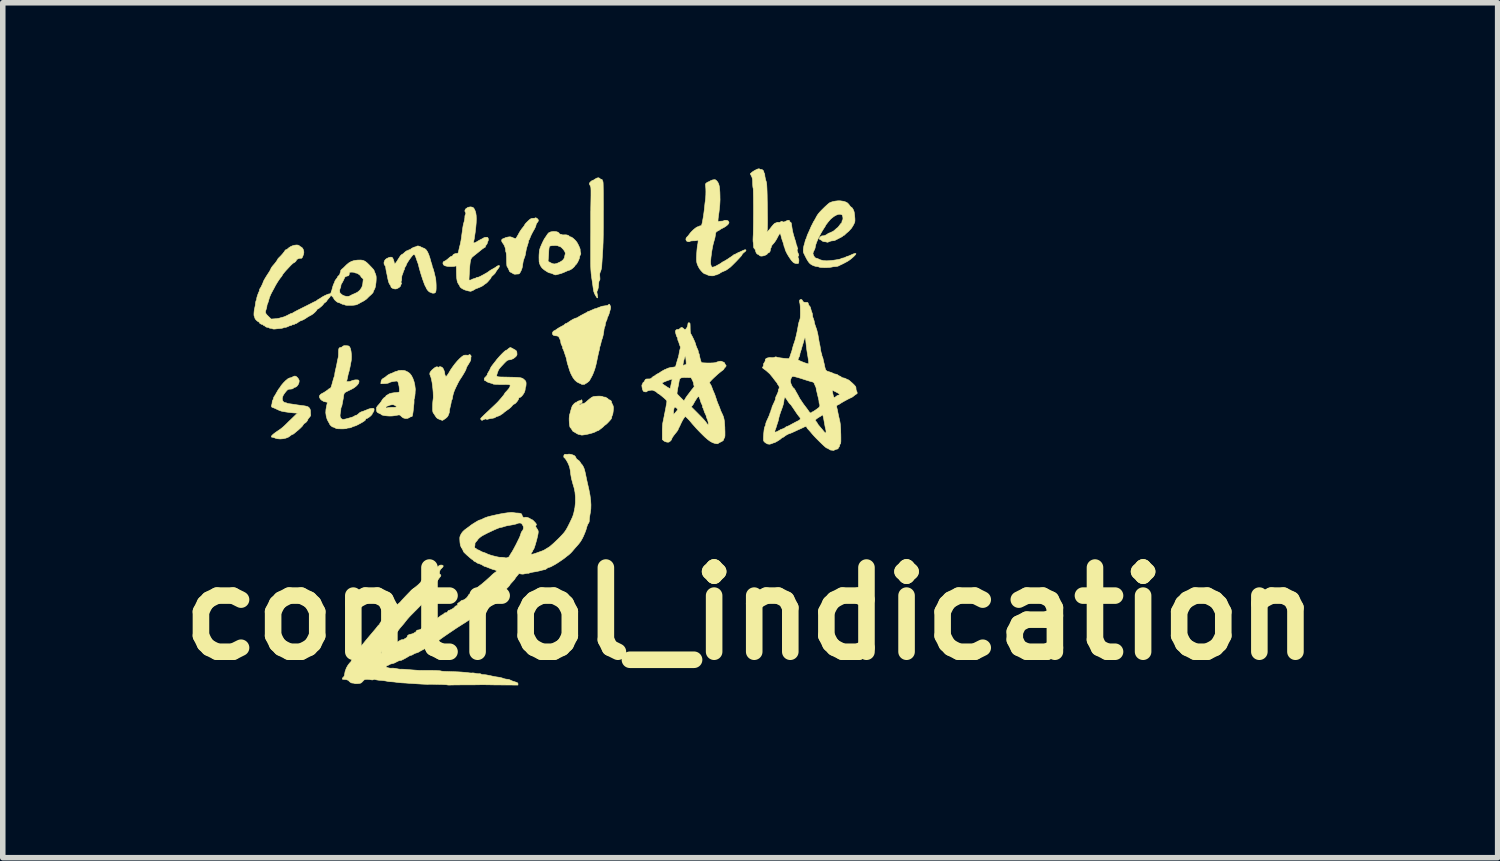
<source format=kicad_pcb>
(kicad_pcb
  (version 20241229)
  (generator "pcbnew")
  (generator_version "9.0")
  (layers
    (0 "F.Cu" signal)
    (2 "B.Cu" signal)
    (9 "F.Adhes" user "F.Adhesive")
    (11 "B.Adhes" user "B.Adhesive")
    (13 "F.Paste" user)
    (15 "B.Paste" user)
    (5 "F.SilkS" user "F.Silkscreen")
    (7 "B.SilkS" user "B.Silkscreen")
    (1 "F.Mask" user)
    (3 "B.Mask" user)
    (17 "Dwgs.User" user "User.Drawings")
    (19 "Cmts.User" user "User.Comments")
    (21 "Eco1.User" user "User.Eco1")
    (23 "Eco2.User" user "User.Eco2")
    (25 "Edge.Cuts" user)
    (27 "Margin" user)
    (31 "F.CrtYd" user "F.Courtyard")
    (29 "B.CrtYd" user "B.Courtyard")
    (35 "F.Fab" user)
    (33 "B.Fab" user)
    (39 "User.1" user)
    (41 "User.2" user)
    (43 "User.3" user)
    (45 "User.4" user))
  (footprint "control_indication"
    (layer "F.Cu")
    (at 7.228 4.756)
    (property "Reference" "control_indication" (at 3.302 3.302 0) (layer "F.SilkS") (effects (font (size 1.524 1.524) (thickness 0.3))))
    (attr through_hole)
    (fp_poly (pts (xy -0.564 -3.857) (xy -0.547 -3.844) (xy -0.535 -3.828) (xy -0.534 -3.825) (xy -0.533 -3.808) (xy -0.543 -3.789) (xy -0.552 -3.779) (xy -0.568 -3.755) (xy -0.576 -3.732) (xy -0.576 -3.728) (xy -0.58 -3.711) (xy -0.592 -3.684) (xy -0.608 -3.652) (xy -0.618 -3.636) (xy -0.639 -3.598) (xy -0.659 -3.559) (xy -0.675 -3.524) (xy -0.678 -3.515) (xy -0.689 -3.488) (xy -0.698 -3.468) (xy -0.704 -3.459) (xy -0.71 -3.448) (xy -0.711 -3.436) (xy -0.714 -3.418) (xy -0.722 -3.391) (xy -0.73 -3.366) (xy -0.741 -3.331) (xy -0.751 -3.295) (xy -0.759 -3.251) (xy -0.768 -3.201) (xy -0.774 -3.173) (xy -0.785 -3.143) (xy -0.786 -3.142) (xy -0.806 -3.082) (xy -0.818 -3.009) (xy -0.819 -2.998) (xy -0.827 -2.955) (xy -0.844 -2.909) (xy -0.849 -2.899) (xy -0.864 -2.871) (xy -0.875 -2.855) (xy -0.886 -2.848) (xy -0.9 -2.846) (xy -0.903 -2.846) (xy -0.926 -2.845) (xy -0.942 -2.843) (xy -0.959 -2.842) (xy -0.97 -2.844) (xy -0.986 -2.85) (xy -0.991 -2.854) (xy -1.001 -2.86) (xy -1.02 -2.871) (xy -1.027 -2.874) (xy -1.047 -2.886) (xy -1.058 -2.898) (xy -1.059 -2.901) (xy -1.063 -2.915) (xy -1.073 -2.937) (xy -1.086 -2.962) (xy -1.099 -2.983) (xy -1.101 -2.985) (xy -1.103 -2.997) (xy -1.105 -3.021) (xy -1.107 -3.056) (xy -1.108 -3.098) (xy -1.108 -3.112) (xy -1.109 -3.156) (xy -1.111 -3.193) (xy -1.114 -3.221) (xy -1.117 -3.237) (xy -1.118 -3.239) (xy -1.123 -3.252) (xy -1.126 -3.275) (xy -1.126 -3.283) (xy -1.132 -3.316) (xy -1.145 -3.353) (xy -1.163 -3.387) (xy -1.175 -3.403) (xy -1.193 -3.43) (xy -1.198 -3.455) (xy -1.191 -3.475) (xy -1.17 -3.486) (xy -1.17 -3.486) (xy -1.15 -3.493) (xy -1.138 -3.499) (xy -1.125 -3.505) (xy -1.102 -3.511) (xy -1.084 -3.515) (xy -1.056 -3.519) (xy -1.034 -3.518) (xy -1.009 -3.51) (xy -0.995 -3.503) (xy -0.969 -3.493) (xy -0.95 -3.488) (xy -0.942 -3.488) (xy -0.934 -3.498) (xy -0.921 -3.519) (xy -0.905 -3.546) (xy -0.901 -3.553) (xy -0.876 -3.599) (xy -0.854 -3.634) (xy -0.832 -3.665) (xy -0.807 -3.696) (xy -0.791 -3.717) (xy -0.781 -3.734) (xy -0.779 -3.739) (xy -0.773 -3.749) (xy -0.758 -3.767) (xy -0.735 -3.79) (xy -0.724 -3.801) (xy -0.696 -3.827) (xy -0.676 -3.842) (xy -0.66 -3.85) (xy -0.644 -3.853) (xy -0.631 -3.854) (xy -0.607 -3.855) (xy -0.591 -3.86) (xy -0.589 -3.862) (xy -0.579 -3.864) (xy -0.564 -3.857)) (stroke (width 0.01) (type solid)) (fill yes) (layer "F.SilkS"))
    (fp_poly (pts (xy 0.573 -4.582) (xy 0.582 -4.574) (xy 0.595 -4.562) (xy 0.607 -4.56) (xy 0.619 -4.557) (xy 0.623 -4.55) (xy 0.631 -4.53) (xy 0.636 -4.52) (xy 0.638 -4.508) (xy 0.64 -4.48) (xy 0.641 -4.437) (xy 0.642 -4.379) (xy 0.643 -4.307) (xy 0.643 -4.222) (xy 0.644 -4.124) (xy 0.644 -4.015) (xy 0.643 -3.986) (xy 0.643 -3.874) (xy 0.643 -3.777) (xy 0.643 -3.693) (xy 0.642 -3.62) (xy 0.642 -3.558) (xy 0.641 -3.503) (xy 0.64 -3.456) (xy 0.639 -3.412) (xy 0.637 -3.372) (xy 0.636 -3.332) (xy 0.634 -3.292) (xy 0.631 -3.25) (xy 0.628 -3.203) (xy 0.627 -3.18) (xy 0.623 -3.128) (xy 0.62 -3.077) (xy 0.617 -3.032) (xy 0.615 -2.997) (xy 0.614 -2.983) (xy 0.608 -2.941) (xy 0.597 -2.903) (xy 0.592 -2.891) (xy 0.582 -2.867) (xy 0.578 -2.845) (xy 0.578 -2.817) (xy 0.58 -2.795) (xy 0.582 -2.762) (xy 0.581 -2.742) (xy 0.576 -2.732) (xy 0.573 -2.73) (xy 0.566 -2.718) (xy 0.561 -2.692) (xy 0.557 -2.65) (xy 0.552 -2.6) (xy 0.544 -2.565) (xy 0.538 -2.552) (xy 0.529 -2.534) (xy 0.527 -2.516) (xy 0.531 -2.49) (xy 0.533 -2.483) (xy 0.539 -2.444) (xy 0.541 -2.421) (xy 0.536 -2.412) (xy 0.527 -2.419) (xy 0.518 -2.432) (xy 0.496 -2.468) (xy 0.482 -2.497) (xy 0.471 -2.527) (xy 0.464 -2.562) (xy 0.457 -2.609) (xy 0.452 -2.648) (xy 0.445 -2.693) (xy 0.441 -2.723) (xy 0.434 -2.77) (xy 0.428 -2.813) (xy 0.423 -2.853) (xy 0.42 -2.893) (xy 0.417 -2.936) (xy 0.415 -2.984) (xy 0.414 -3.039) (xy 0.414 -3.104) (xy 0.414 -3.181) (xy 0.414 -3.272) (xy 0.414 -3.278) (xy 0.414 -3.394) (xy 0.414 -3.502) (xy 0.415 -3.602) (xy 0.415 -3.692) (xy 0.415 -3.771) (xy 0.415 -3.837) (xy 0.415 -3.891) (xy 0.415 -3.93) (xy 0.415 -3.954) (xy 0.415 -3.959) (xy 0.415 -3.972) (xy 0.416 -4) (xy 0.416 -4.039) (xy 0.417 -4.088) (xy 0.418 -4.144) (xy 0.419 -4.197) (xy 0.42 -4.264) (xy 0.42 -4.316) (xy 0.42 -4.356) (xy 0.419 -4.386) (xy 0.418 -4.407) (xy 0.415 -4.422) (xy 0.411 -4.434) (xy 0.407 -4.443) (xy 0.406 -4.445) (xy 0.395 -4.466) (xy 0.39 -4.482) (xy 0.39 -4.483) (xy 0.396 -4.497) (xy 0.411 -4.514) (xy 0.429 -4.53) (xy 0.445 -4.539) (xy 0.449 -4.54) (xy 0.462 -4.544) (xy 0.482 -4.557) (xy 0.488 -4.561) (xy 0.522 -4.581) (xy 0.551 -4.589) (xy 0.573 -4.582)) (stroke (width 0.01) (type solid)) (fill yes) (layer "F.SilkS"))
    (fp_poly (pts (xy -1.766 -1.383) (xy -1.754 -1.37) (xy -1.749 -1.356) (xy -1.75 -1.353) (xy -1.754 -1.338) (xy -1.755 -1.316) (xy -1.755 -1.313) (xy -1.756 -1.294) (xy -1.763 -1.273) (xy -1.779 -1.245) (xy -1.795 -1.218) (xy -1.814 -1.188) (xy -1.829 -1.162) (xy -1.837 -1.144) (xy -1.838 -1.139) (xy -1.842 -1.122) (xy -1.855 -1.094) (xy -1.875 -1.058) (xy -1.9 -1.016) (xy -1.92 -0.984) (xy -1.943 -0.949) (xy -1.959 -0.925) (xy -1.97 -0.905) (xy -1.98 -0.887) (xy -1.991 -0.866) (xy -1.998 -0.851) (xy -2.024 -0.798) (xy -2.044 -0.755) (xy -2.058 -0.721) (xy -2.068 -0.69) (xy -2.077 -0.66) (xy -2.084 -0.626) (xy -2.089 -0.595) (xy -2.094 -0.575) (xy -2.101 -0.563) (xy -2.101 -0.563) (xy -2.107 -0.551) (xy -2.109 -0.538) (xy -2.111 -0.521) (xy -2.116 -0.493) (xy -2.124 -0.459) (xy -2.126 -0.452) (xy -2.134 -0.417) (xy -2.14 -0.386) (xy -2.143 -0.365) (xy -2.143 -0.362) (xy -2.145 -0.339) (xy -2.15 -0.324) (xy -2.158 -0.305) (xy -2.165 -0.285) (xy -2.179 -0.262) (xy -2.207 -0.236) (xy -2.219 -0.228) (xy -2.243 -0.211) (xy -2.261 -0.2) (xy -2.27 -0.196) (xy -2.279 -0.199) (xy -2.3 -0.206) (xy -2.321 -0.214) (xy -2.357 -0.23) (xy -2.38 -0.249) (xy -2.382 -0.253) (xy -2.401 -0.282) (xy -2.414 -0.302) (xy -2.424 -0.317) (xy -2.433 -0.329) (xy -2.44 -0.342) (xy -2.444 -0.36) (xy -2.447 -0.387) (xy -2.447 -0.426) (xy -2.447 -0.439) (xy -2.446 -0.482) (xy -2.444 -0.522) (xy -2.441 -0.554) (xy -2.439 -0.567) (xy -2.435 -0.603) (xy -2.435 -0.65) (xy -2.437 -0.705) (xy -2.442 -0.765) (xy -2.449 -0.826) (xy -2.457 -0.885) (xy -2.467 -0.936) (xy -2.478 -0.978) (xy -2.487 -1.001) (xy -2.498 -1.031) (xy -2.496 -1.057) (xy -2.481 -1.083) (xy -2.458 -1.109) (xy -2.423 -1.139) (xy -2.397 -1.158) (xy -2.375 -1.166) (xy -2.356 -1.164) (xy -2.35 -1.162) (xy -2.334 -1.157) (xy -2.329 -1.161) (xy -2.322 -1.168) (xy -2.306 -1.168) (xy -2.287 -1.162) (xy -2.272 -1.154) (xy -2.256 -1.134) (xy -2.242 -1.104) (xy -2.231 -1.071) (xy -2.227 -1.042) (xy -2.223 -1.019) (xy -2.216 -1.003) (xy -2.207 -0.993) (xy -2.199 -0.994) (xy -2.187 -1.007) (xy -2.186 -1.008) (xy -2.17 -1.03) (xy -2.153 -1.056) (xy -2.151 -1.06) (xy -2.122 -1.11) (xy -2.084 -1.165) (xy -2.042 -1.221) (xy -2 -1.271) (xy -1.96 -1.312) (xy -1.955 -1.317) (xy -1.921 -1.347) (xy -1.895 -1.366) (xy -1.873 -1.376) (xy -1.85 -1.378) (xy -1.833 -1.377) (xy -1.807 -1.375) (xy -1.793 -1.379) (xy -1.792 -1.38) (xy -1.781 -1.389) (xy -1.779 -1.389) (xy -1.766 -1.383)) (stroke (width 0.01) (type solid)) (fill yes) (layer "F.SilkS"))
    (fp_poly (pts (xy 0.581 -0.635) (xy 0.609 -0.633) (xy 0.627 -0.629) (xy 0.631 -0.627) (xy 0.642 -0.621) (xy 0.663 -0.618) (xy 0.665 -0.618) (xy 0.685 -0.616) (xy 0.694 -0.611) (xy 0.694 -0.61) (xy 0.701 -0.602) (xy 0.707 -0.601) (xy 0.721 -0.595) (xy 0.73 -0.584) (xy 0.744 -0.571) (xy 0.755 -0.567) (xy 0.768 -0.563) (xy 0.782 -0.551) (xy 0.791 -0.539) (xy 0.791 -0.532) (xy 0.792 -0.522) (xy 0.8 -0.503) (xy 0.807 -0.489) (xy 0.821 -0.459) (xy 0.826 -0.429) (xy 0.826 -0.406) (xy 0.822 -0.362) (xy 0.817 -0.325) (xy 0.811 -0.298) (xy 0.804 -0.284) (xy 0.803 -0.283) (xy 0.798 -0.272) (xy 0.796 -0.254) (xy 0.793 -0.238) (xy 0.782 -0.218) (xy 0.761 -0.193) (xy 0.74 -0.17) (xy 0.715 -0.144) (xy 0.693 -0.124) (xy 0.677 -0.112) (xy 0.672 -0.11) (xy 0.662 -0.105) (xy 0.661 -0.102) (xy 0.654 -0.093) (xy 0.638 -0.077) (xy 0.616 -0.059) (xy 0.592 -0.041) (xy 0.572 -0.025) (xy 0.561 -0.017) (xy 0.545 -0.009) (xy 0.54 -0.008) (xy 0.524 -0.004) (xy 0.52 -0.001) (xy 0.501 0.01) (xy 0.471 0.023) (xy 0.432 0.035) (xy 0.388 0.047) (xy 0.344 0.057) (xy 0.303 0.064) (xy 0.268 0.069) (xy 0.244 0.069) (xy 0.235 0.066) (xy 0.218 0.061) (xy 0.206 0.059) (xy 0.188 0.055) (xy 0.164 0.043) (xy 0.15 0.034) (xy 0.127 0.02) (xy 0.109 0.01) (xy 0.103 0.008) (xy 0.094 0.002) (xy 0.081 -0.016) (xy 0.076 -0.025) (xy 0.064 -0.046) (xy 0.054 -0.058) (xy 0.051 -0.059) (xy 0.043 -0.067) (xy 0.036 -0.088) (xy 0.031 -0.12) (xy 0.027 -0.157) (xy 0.025 -0.197) (xy 0.025 -0.237) (xy 0.028 -0.273) (xy 0.033 -0.3) (xy 0.041 -0.325) (xy 0.049 -0.355) (xy 0.051 -0.364) (xy 0.06 -0.395) (xy 0.069 -0.425) (xy 0.071 -0.432) (xy 0.081 -0.456) (xy 0.098 -0.48) (xy 0.117 -0.501) (xy 0.134 -0.515) (xy 0.141 -0.517) (xy 0.155 -0.522) (xy 0.169 -0.534) (xy 0.189 -0.546) (xy 0.207 -0.551) (xy 0.228 -0.556) (xy 0.24 -0.563) (xy 0.249 -0.57) (xy 0.255 -0.564) (xy 0.259 -0.549) (xy 0.26 -0.527) (xy 0.252 -0.513) (xy 0.249 -0.511) (xy 0.232 -0.502) (xy 0.223 -0.5) (xy 0.213 -0.493) (xy 0.212 -0.487) (xy 0.216 -0.476) (xy 0.219 -0.474) (xy 0.23 -0.48) (xy 0.237 -0.487) (xy 0.253 -0.496) (xy 0.274 -0.5) (xy 0.29 -0.502) (xy 0.308 -0.512) (xy 0.331 -0.529) (xy 0.362 -0.557) (xy 0.399 -0.588) (xy 0.431 -0.612) (xy 0.457 -0.625) (xy 0.457 -0.625) (xy 0.481 -0.63) (xy 0.513 -0.633) (xy 0.548 -0.635) (xy 0.581 -0.635)) (stroke (width 0.01) (type solid)) (fill yes) (layer "F.SilkS"))
    (fp_poly (pts (xy -0.211 -3.613) (xy -0.178 -3.603) (xy -0.159 -3.587) (xy -0.156 -3.58) (xy -0.144 -3.568) (xy -0.131 -3.566) (xy -0.114 -3.563) (xy -0.107 -3.558) (xy -0.096 -3.555) (xy -0.075 -3.554) (xy -0.064 -3.555) (xy -0.03 -3.555) (xy 0.001 -3.548) (xy 0.022 -3.536) (xy 0.029 -3.526) (xy 0.038 -3.518) (xy 0.043 -3.519) (xy 0.056 -3.518) (xy 0.077 -3.507) (xy 0.102 -3.488) (xy 0.127 -3.465) (xy 0.151 -3.439) (xy 0.169 -3.414) (xy 0.17 -3.412) (xy 0.192 -3.371) (xy 0.209 -3.334) (xy 0.221 -3.304) (xy 0.225 -3.284) (xy 0.225 -3.28) (xy 0.224 -3.263) (xy 0.229 -3.241) (xy 0.23 -3.239) (xy 0.236 -3.217) (xy 0.232 -3.2) (xy 0.226 -3.19) (xy 0.215 -3.165) (xy 0.212 -3.143) (xy 0.208 -3.126) (xy 0.198 -3.101) (xy 0.185 -3.073) (xy 0.171 -3.047) (xy 0.157 -3.026) (xy 0.147 -3.016) (xy 0.145 -3.015) (xy 0.137 -3.008) (xy 0.129 -2.994) (xy 0.116 -2.977) (xy 0.095 -2.957) (xy 0.07 -2.937) (xy 0.045 -2.922) (xy 0.026 -2.914) (xy 0.024 -2.914) (xy 0.009 -2.91) (xy -0.015 -2.9) (xy -0.04 -2.889) (xy -0.073 -2.874) (xy -0.107 -2.861) (xy -0.127 -2.854) (xy -0.157 -2.846) (xy -0.185 -2.839) (xy -0.191 -2.837) (xy -0.212 -2.831) (xy -0.228 -2.83) (xy -0.245 -2.836) (xy -0.266 -2.846) (xy -0.29 -2.856) (xy -0.309 -2.862) (xy -0.314 -2.863) (xy -0.337 -2.868) (xy -0.37 -2.884) (xy -0.41 -2.91) (xy -0.43 -2.924) (xy -0.466 -2.955) (xy -0.491 -2.991) (xy -0.498 -3.005) (xy -0.508 -3.028) (xy -0.515 -3.05) (xy -0.519 -3.073) (xy -0.519 -3.076) (xy -0.357 -3.076) (xy -0.312 -3.05) (xy -0.273 -3.032) (xy -0.237 -3.028) (xy -0.199 -3.037) (xy -0.191 -3.04) (xy -0.139 -3.064) (xy -0.102 -3.087) (xy -0.077 -3.112) (xy -0.062 -3.14) (xy -0.056 -3.168) (xy -0.051 -3.191) (xy -0.047 -3.204) (xy -0.045 -3.222) (xy -0.051 -3.244) (xy -0.064 -3.268) (xy -0.084 -3.294) (xy -0.107 -3.318) (xy -0.129 -3.337) (xy -0.146 -3.345) (xy -0.148 -3.345) (xy -0.167 -3.35) (xy -0.175 -3.355) (xy -0.189 -3.359) (xy -0.213 -3.361) (xy -0.244 -3.361) (xy -0.277 -3.36) (xy -0.306 -3.356) (xy -0.326 -3.351) (xy -0.331 -3.348) (xy -0.335 -3.336) (xy -0.34 -3.311) (xy -0.343 -3.279) (xy -0.344 -3.268) (xy -0.346 -3.224) (xy -0.349 -3.177) (xy -0.352 -3.137) (xy -0.352 -3.136) (xy -0.357 -3.076) (xy -0.519 -3.076) (xy -0.52 -3.104) (xy -0.521 -3.146) (xy -0.52 -3.19) (xy -0.517 -3.232) (xy -0.514 -3.266) (xy -0.511 -3.282) (xy -0.501 -3.316) (xy -0.484 -3.358) (xy -0.464 -3.403) (xy -0.443 -3.447) (xy -0.423 -3.484) (xy -0.408 -3.506) (xy -0.39 -3.532) (xy -0.374 -3.557) (xy -0.372 -3.561) (xy -0.348 -3.59) (xy -0.311 -3.608) (xy -0.264 -3.616) (xy -0.254 -3.616) (xy -0.211 -3.613)) (stroke (width 0.01) (type solid)) (fill yes) (layer "F.SilkS"))
    (fp_poly (pts (xy -4.918 -0.992) (xy -4.896 -0.974) (xy -4.877 -0.95) (xy -4.864 -0.924) (xy -4.862 -0.908) (xy -4.867 -0.876) (xy -4.881 -0.844) (xy -4.901 -0.817) (xy -4.923 -0.8) (xy -4.939 -0.796) (xy -4.954 -0.79) (xy -4.967 -0.779) (xy -4.985 -0.767) (xy -5.012 -0.763) (xy -5.023 -0.762) (xy -5.048 -0.761) (xy -5.066 -0.754) (xy -5.084 -0.739) (xy -5.093 -0.729) (xy -5.127 -0.687) (xy -5.151 -0.65) (xy -5.163 -0.62) (xy -5.169 -0.586) (xy -5.162 -0.555) (xy -5.146 -0.531) (xy -5.122 -0.518) (xy -5.111 -0.517) (xy -5.093 -0.513) (xy -5.086 -0.509) (xy -5.073 -0.504) (xy -5.05 -0.499) (xy -5.035 -0.497) (xy -5.003 -0.493) (xy -4.964 -0.487) (xy -4.938 -0.483) (xy -4.899 -0.477) (xy -4.855 -0.471) (xy -4.819 -0.466) (xy -4.772 -0.46) (xy -4.738 -0.454) (xy -4.714 -0.447) (xy -4.697 -0.439) (xy -4.684 -0.427) (xy -4.679 -0.422) (xy -4.666 -0.401) (xy -4.659 -0.377) (xy -4.658 -0.352) (xy -4.657 -0.324) (xy -4.655 -0.302) (xy -4.654 -0.294) (xy -4.656 -0.282) (xy -4.668 -0.262) (xy -4.679 -0.25) (xy -4.696 -0.229) (xy -4.707 -0.211) (xy -4.709 -0.204) (xy -4.715 -0.19) (xy -4.729 -0.171) (xy -4.746 -0.155) (xy -4.761 -0.145) (xy -4.764 -0.144) (xy -4.775 -0.137) (xy -4.786 -0.121) (xy -4.805 -0.093) (xy -4.837 -0.06) (xy -4.882 -0.019) (xy -4.896 -0.008) (xy -4.921 0.013) (xy -4.944 0.032) (xy -4.958 0.044) (xy -4.976 0.056) (xy -4.988 0.059) (xy -5.001 0.065) (xy -5.02 0.079) (xy -5.028 0.086) (xy -5.06 0.108) (xy -5.104 0.125) (xy -5.154 0.136) (xy -5.206 0.14) (xy -5.254 0.136) (xy -5.257 0.135) (xy -5.284 0.129) (xy -5.306 0.121) (xy -5.309 0.119) (xy -5.331 0.112) (xy -5.343 0.11) (xy -5.363 0.106) (xy -5.367 0.096) (xy -5.357 0.078) (xy -5.332 0.054) (xy -5.293 0.024) (xy -5.257 -0.001) (xy -5.23 -0.019) (xy -5.208 -0.034) (xy -5.188 -0.049) (xy -5.168 -0.065) (xy -5.146 -0.084) (xy -5.12 -0.108) (xy -5.088 -0.139) (xy -5.048 -0.179) (xy -5.011 -0.214) (xy -4.892 -0.33) (xy -4.934 -0.33) (xy -4.966 -0.332) (xy -5.009 -0.336) (xy -5.057 -0.342) (xy -5.105 -0.349) (xy -5.148 -0.356) (xy -5.181 -0.363) (xy -5.188 -0.365) (xy -5.214 -0.374) (xy -5.247 -0.388) (xy -5.268 -0.398) (xy -5.297 -0.412) (xy -5.323 -0.423) (xy -5.337 -0.427) (xy -5.359 -0.438) (xy -5.366 -0.456) (xy -5.361 -0.474) (xy -5.355 -0.494) (xy -5.352 -0.518) (xy -5.349 -0.543) (xy -5.34 -0.563) (xy -5.33 -0.583) (xy -5.327 -0.596) (xy -5.322 -0.616) (xy -5.316 -0.626) (xy -5.306 -0.64) (xy -5.291 -0.664) (xy -5.277 -0.69) (xy -5.254 -0.73) (xy -5.234 -0.762) (xy -5.217 -0.785) (xy -5.207 -0.795) (xy -5.201 -0.804) (xy -5.2 -0.807) (xy -5.195 -0.818) (xy -5.18 -0.837) (xy -5.159 -0.862) (xy -5.145 -0.878) (xy -5.102 -0.921) (xy -5.066 -0.95) (xy -5.037 -0.964) (xy -5.026 -0.966) (xy -5.012 -0.969) (xy -4.99 -0.979) (xy -4.984 -0.982) (xy -4.961 -0.993) (xy -4.941 -0.999) (xy -4.938 -0.999) (xy -4.918 -0.992)) (stroke (width 0.01) (type solid)) (fill yes) (layer "F.SilkS"))
    (fp_poly (pts (xy -2.978 -1.101) (xy -2.953 -1.097) (xy -2.941 -1.094) (xy -2.924 -1.085) (xy -2.9 -1.074) (xy -2.893 -1.07) (xy -2.861 -1.047) (xy -2.831 -1.009) (xy -2.805 -0.959) (xy -2.784 -0.901) (xy -2.769 -0.837) (xy -2.768 -0.826) (xy -2.764 -0.794) (xy -2.761 -0.769) (xy -2.76 -0.754) (xy -2.76 -0.754) (xy -2.761 -0.74) (xy -2.763 -0.714) (xy -2.764 -0.681) (xy -2.765 -0.676) (xy -2.768 -0.642) (xy -2.772 -0.613) (xy -2.777 -0.594) (xy -2.778 -0.593) (xy -2.784 -0.57) (xy -2.783 -0.55) (xy -2.783 -0.534) (xy -2.784 -0.506) (xy -2.788 -0.469) (xy -2.792 -0.427) (xy -2.797 -0.383) (xy -2.802 -0.342) (xy -2.808 -0.307) (xy -2.813 -0.282) (xy -2.816 -0.271) (xy -2.828 -0.264) (xy -2.836 -0.263) (xy -2.854 -0.257) (xy -2.871 -0.246) (xy -2.898 -0.233) (xy -2.933 -0.23) (xy -2.969 -0.238) (xy -2.976 -0.241) (xy -2.998 -0.255) (xy -3.019 -0.274) (xy -3.02 -0.275) (xy -3.037 -0.291) (xy -3.054 -0.295) (xy -3.068 -0.294) (xy -3.092 -0.289) (xy -3.124 -0.284) (xy -3.146 -0.28) (xy -3.181 -0.276) (xy -3.221 -0.275) (xy -3.263 -0.277) (xy -3.303 -0.281) (xy -3.338 -0.287) (xy -3.364 -0.294) (xy -3.378 -0.302) (xy -3.379 -0.306) (xy -3.387 -0.312) (xy -3.405 -0.32) (xy -3.411 -0.323) (xy -3.44 -0.336) (xy -3.457 -0.355) (xy -3.463 -0.383) (xy -3.464 -0.398) (xy -3.462 -0.42) (xy -3.461 -0.426) (xy -3.291 -0.426) (xy -3.291 -0.424) (xy -3.28 -0.419) (xy -3.269 -0.423) (xy -3.254 -0.427) (xy -3.227 -0.43) (xy -3.192 -0.432) (xy -3.177 -0.432) (xy -3.136 -0.433) (xy -3.111 -0.436) (xy -3.102 -0.442) (xy -3.106 -0.451) (xy -3.124 -0.464) (xy -3.127 -0.466) (xy -3.151 -0.478) (xy -3.178 -0.48) (xy -3.193 -0.478) (xy -3.218 -0.473) (xy -3.236 -0.467) (xy -3.239 -0.465) (xy -3.254 -0.458) (xy -3.261 -0.457) (xy -3.278 -0.452) (xy -3.29 -0.439) (xy -3.291 -0.426) (xy -3.461 -0.426) (xy -3.457 -0.438) (xy -3.444 -0.457) (xy -3.423 -0.48) (xy -3.401 -0.506) (xy -3.382 -0.531) (xy -3.371 -0.548) (xy -3.356 -0.573) (xy -3.337 -0.596) (xy -3.319 -0.612) (xy -3.306 -0.618) (xy -3.296 -0.625) (xy -3.295 -0.631) (xy -3.288 -0.645) (xy -3.28 -0.649) (xy -3.261 -0.659) (xy -3.25 -0.667) (xy -3.226 -0.68) (xy -3.188 -0.69) (xy -3.136 -0.698) (xy -3.106 -0.7) (xy -3.074 -0.704) (xy -3.054 -0.709) (xy -3.048 -0.714) (xy -3.048 -0.761) (xy -3.054 -0.812) (xy -3.064 -0.858) (xy -3.065 -0.863) (xy -3.072 -0.885) (xy -3.079 -0.9) (xy -3.089 -0.907) (xy -3.106 -0.908) (xy -3.133 -0.905) (xy -3.17 -0.899) (xy -3.2 -0.892) (xy -3.224 -0.884) (xy -3.234 -0.878) (xy -3.253 -0.87) (xy -3.289 -0.864) (xy -3.316 -0.862) (xy -3.384 -0.86) (xy -3.381 -0.894) (xy -3.374 -0.924) (xy -3.356 -0.946) (xy -3.356 -0.946) (xy -3.338 -0.959) (xy -3.326 -0.965) (xy -3.326 -0.965) (xy -3.316 -0.971) (xy -3.298 -0.984) (xy -3.282 -0.998) (xy -3.254 -1.019) (xy -3.223 -1.036) (xy -3.208 -1.042) (xy -3.178 -1.053) (xy -3.149 -1.066) (xy -3.144 -1.069) (xy -3.122 -1.079) (xy -3.103 -1.084) (xy -3.101 -1.084) (xy -3.083 -1.089) (xy -3.077 -1.093) (xy -3.064 -1.098) (xy -3.039 -1.101) (xy -3.009 -1.102) (xy -2.978 -1.101)) (stroke (width 0.01) (type solid)) (fill yes) (layer "F.SilkS"))
    (fp_poly (pts (xy -2.704 -3.353) (xy -2.678 -3.346) (xy -2.664 -3.338) (xy -2.639 -3.326) (xy -2.617 -3.317) (xy -2.588 -3.305) (xy -2.562 -3.282) (xy -2.539 -3.247) (xy -2.517 -3.199) (xy -2.496 -3.137) (xy -2.481 -3.083) (xy -2.474 -3.056) (xy -2.466 -3.035) (xy -2.464 -3.03) (xy -2.458 -3.009) (xy -2.456 -2.996) (xy -2.453 -2.977) (xy -2.449 -2.968) (xy -2.441 -2.951) (xy -2.431 -2.921) (xy -2.42 -2.88) (xy -2.414 -2.854) (xy -2.406 -2.822) (xy -2.399 -2.791) (xy -2.395 -2.778) (xy -2.391 -2.758) (xy -2.388 -2.726) (xy -2.385 -2.685) (xy -2.383 -2.642) (xy -2.383 -2.589) (xy -2.385 -2.551) (xy -2.39 -2.525) (xy -2.399 -2.509) (xy -2.413 -2.501) (xy -2.433 -2.499) (xy -2.435 -2.498) (xy -2.456 -2.501) (xy -2.468 -2.506) (xy -2.469 -2.507) (xy -2.481 -2.514) (xy -2.49 -2.515) (xy -2.505 -2.522) (xy -2.525 -2.539) (xy -2.544 -2.561) (xy -2.558 -2.584) (xy -2.562 -2.593) (xy -2.571 -2.614) (xy -2.579 -2.626) (xy -2.586 -2.64) (xy -2.597 -2.667) (xy -2.611 -2.705) (xy -2.627 -2.75) (xy -2.643 -2.799) (xy -2.659 -2.849) (xy -2.673 -2.897) (xy -2.686 -2.941) (xy -2.695 -2.976) (xy -2.698 -2.99) (xy -2.705 -3.019) (xy -2.714 -3.045) (xy -2.722 -3.066) (xy -2.733 -3.096) (xy -2.744 -3.129) (xy -2.756 -3.164) (xy -2.766 -3.185) (xy -2.776 -3.195) (xy -2.788 -3.197) (xy -2.795 -3.195) (xy -2.806 -3.187) (xy -2.822 -3.168) (xy -2.843 -3.141) (xy -2.866 -3.11) (xy -2.887 -3.078) (xy -2.905 -3.05) (xy -2.918 -3.027) (xy -2.922 -3.015) (xy -2.927 -3) (xy -2.939 -2.981) (xy -2.951 -2.96) (xy -2.956 -2.942) (xy -2.959 -2.925) (xy -2.963 -2.918) (xy -2.969 -2.908) (xy -2.977 -2.887) (xy -2.981 -2.873) (xy -2.989 -2.848) (xy -2.997 -2.83) (xy -2.999 -2.825) (xy -3.003 -2.813) (xy -3.006 -2.789) (xy -3.007 -2.77) (xy -3.008 -2.742) (xy -3.013 -2.72) (xy -3.016 -2.712) (xy -3.022 -2.701) (xy -3.015 -2.689) (xy -3.009 -2.675) (xy -3.014 -2.666) (xy -3.022 -2.65) (xy -3.024 -2.639) (xy -3.031 -2.623) (xy -3.049 -2.606) (xy -3.074 -2.59) (xy -3.1 -2.578) (xy -3.121 -2.575) (xy -3.144 -2.578) (xy -3.171 -2.587) (xy -3.173 -2.588) (xy -3.194 -2.601) (xy -3.203 -2.616) (xy -3.202 -2.628) (xy -3.207 -2.638) (xy -3.218 -2.651) (xy -3.232 -2.672) (xy -3.245 -2.707) (xy -3.257 -2.757) (xy -3.261 -2.778) (xy -3.267 -2.806) (xy -3.274 -2.843) (xy -3.281 -2.875) (xy -3.288 -2.909) (xy -3.293 -2.94) (xy -3.295 -2.961) (xy -3.301 -2.987) (xy -3.312 -3.002) (xy -3.325 -3.025) (xy -3.327 -3.054) (xy -3.319 -3.083) (xy -3.301 -3.109) (xy -3.278 -3.126) (xy -3.256 -3.136) (xy -3.242 -3.143) (xy -3.223 -3.149) (xy -3.201 -3.151) (xy -3.185 -3.149) (xy -3.173 -3.14) (xy -3.162 -3.12) (xy -3.159 -3.112) (xy -3.149 -3.085) (xy -3.143 -3.06) (xy -3.142 -3.053) (xy -3.139 -3.036) (xy -3.13 -3.034) (xy -3.114 -3.047) (xy -3.094 -3.075) (xy -3.08 -3.098) (xy -3.051 -3.144) (xy -3.029 -3.177) (xy -3.012 -3.195) (xy -2.999 -3.201) (xy -2.999 -3.201) (xy -2.989 -3.207) (xy -2.971 -3.221) (xy -2.956 -3.235) (xy -2.934 -3.254) (xy -2.915 -3.266) (xy -2.905 -3.269) (xy -2.889 -3.273) (xy -2.884 -3.278) (xy -2.872 -3.285) (xy -2.862 -3.286) (xy -2.849 -3.289) (xy -2.846 -3.293) (xy -2.839 -3.301) (xy -2.821 -3.313) (xy -2.799 -3.324) (xy -2.777 -3.333) (xy -2.761 -3.337) (xy -2.745 -3.341) (xy -2.74 -3.345) (xy -2.726 -3.353) (xy -2.704 -3.353)) (stroke (width 0.01) (type solid)) (fill yes) (layer "F.SilkS"))
    (fp_poly (pts (xy 0.754 -2.299) (xy 0.762 -2.285) (xy 0.766 -2.276) (xy 0.775 -2.253) (xy 0.775 -2.232) (xy 0.771 -2.209) (xy 0.758 -2.164) (xy 0.749 -2.131) (xy 0.741 -2.107) (xy 0.733 -2.089) (xy 0.727 -2.077) (xy 0.716 -2.054) (xy 0.712 -2.036) (xy 0.711 -2.034) (xy 0.709 -2.018) (xy 0.706 -2.013) (xy 0.697 -1.998) (xy 0.689 -1.974) (xy 0.681 -1.947) (xy 0.678 -1.925) (xy 0.678 -1.922) (xy 0.675 -1.903) (xy 0.67 -1.893) (xy 0.664 -1.879) (xy 0.659 -1.857) (xy 0.657 -1.851) (xy 0.654 -1.823) (xy 0.649 -1.788) (xy 0.645 -1.766) (xy 0.639 -1.732) (xy 0.631 -1.701) (xy 0.626 -1.685) (xy 0.617 -1.66) (xy 0.607 -1.627) (xy 0.602 -1.605) (xy 0.595 -1.575) (xy 0.588 -1.551) (xy 0.584 -1.539) (xy 0.577 -1.519) (xy 0.576 -1.506) (xy 0.573 -1.484) (xy 0.568 -1.462) (xy 0.561 -1.436) (xy 0.552 -1.398) (xy 0.542 -1.351) (xy 0.531 -1.299) (xy 0.522 -1.253) (xy 0.507 -1.189) (xy 0.489 -1.125) (xy 0.467 -1.064) (xy 0.445 -1.012) (xy 0.43 -0.984) (xy 0.415 -0.957) (xy 0.403 -0.936) (xy 0.398 -0.925) (xy 0.398 -0.924) (xy 0.392 -0.915) (xy 0.377 -0.9) (xy 0.357 -0.884) (xy 0.338 -0.871) (xy 0.325 -0.864) (xy 0.324 -0.864) (xy 0.314 -0.859) (xy 0.313 -0.855) (xy 0.306 -0.85) (xy 0.289 -0.848) (xy 0.268 -0.847) (xy 0.25 -0.85) (xy 0.242 -0.854) (xy 0.232 -0.861) (xy 0.212 -0.869) (xy 0.202 -0.873) (xy 0.164 -0.893) (xy 0.128 -0.925) (xy 0.097 -0.966) (xy 0.092 -0.974) (xy 0.08 -0.996) (xy 0.07 -1.014) (xy 0.069 -1.016) (xy 0.062 -1.03) (xy 0.052 -1.051) (xy 0.039 -1.084) (xy 0.035 -1.095) (xy 0.028 -1.115) (xy 0.02 -1.142) (xy 0.017 -1.152) (xy 0.009 -1.179) (xy 0.002 -1.201) (xy -0.000327 -1.207) (xy -0.01 -1.239) (xy -0.02 -1.288) (xy -0.022 -1.3) (xy -0.028 -1.325) (xy -0.033 -1.342) (xy -0.039 -1.359) (xy -0.048 -1.385) (xy -0.059 -1.417) (xy -0.06 -1.421) (xy -0.07 -1.451) (xy -0.079 -1.475) (xy -0.086 -1.487) (xy -0.086 -1.487) (xy -0.092 -1.498) (xy -0.093 -1.508) (xy -0.097 -1.53) (xy -0.102 -1.542) (xy -0.113 -1.564) (xy -0.119 -1.575) (xy -0.125 -1.597) (xy -0.127 -1.613) (xy -0.13 -1.636) (xy -0.135 -1.65) (xy -0.144 -1.668) (xy -0.154 -1.691) (xy -0.154 -1.691) (xy -0.166 -1.712) (xy -0.186 -1.723) (xy -0.216 -1.728) (xy -0.224 -1.728) (xy -0.255 -1.734) (xy -0.274 -1.751) (xy -0.279 -1.772) (xy -0.274 -1.792) (xy -0.26 -1.811) (xy -0.244 -1.821) (xy -0.241 -1.821) (xy -0.23 -1.826) (xy -0.212 -1.838) (xy -0.203 -1.845) (xy -0.18 -1.861) (xy -0.148 -1.88) (xy -0.117 -1.897) (xy -0.089 -1.911) (xy -0.067 -1.925) (xy -0.056 -1.935) (xy -0.056 -1.936) (xy -0.045 -1.946) (xy -0.036 -1.948) (xy -0.022 -1.953) (xy 0.000436 -1.966) (xy 0.021 -1.98) (xy 0.052 -2.001) (xy 0.085 -2.021) (xy 0.117 -2.037) (xy 0.143 -2.047) (xy 0.155 -2.05) (xy 0.171 -2.055) (xy 0.174 -2.057) (xy 0.187 -2.066) (xy 0.21 -2.08) (xy 0.238 -2.096) (xy 0.259 -2.107) (xy 0.278 -2.117) (xy 0.3 -2.129) (xy 0.301 -2.129) (xy 0.323 -2.141) (xy 0.341 -2.148) (xy 0.341 -2.149) (xy 0.353 -2.156) (xy 0.356 -2.161) (xy 0.363 -2.167) (xy 0.369 -2.168) (xy 0.387 -2.172) (xy 0.396 -2.176) (xy 0.414 -2.184) (xy 0.436 -2.194) (xy 0.459 -2.203) (xy 0.476 -2.212) (xy 0.494 -2.218) (xy 0.502 -2.219) (xy 0.515 -2.222) (xy 0.537 -2.231) (xy 0.546 -2.235) (xy 0.618 -2.262) (xy 0.686 -2.272) (xy 0.719 -2.278) (xy 0.738 -2.29) (xy 0.747 -2.3) (xy 0.754 -2.299)) (stroke (width 0.01) (type solid)) (fill yes) (layer "F.SilkS"))
    (fp_poly (pts (xy -1.029 -1.512) (xy -1.008 -1.502) (xy -0.981 -1.487) (xy -0.979 -1.486) (xy -0.951 -1.47) (xy -0.935 -1.458) (xy -0.926 -1.445) (xy -0.922 -1.428) (xy -0.921 -1.417) (xy -0.919 -1.391) (xy -0.924 -1.373) (xy -0.938 -1.354) (xy -0.943 -1.349) (xy -0.983 -1.316) (xy -1.028 -1.297) (xy -1.059 -1.292) (xy -1.075 -1.29) (xy -1.089 -1.285) (xy -1.104 -1.275) (xy -1.122 -1.259) (xy -1.148 -1.233) (xy -1.174 -1.205) (xy -1.208 -1.169) (xy -1.232 -1.141) (xy -1.248 -1.119) (xy -1.259 -1.097) (xy -1.268 -1.074) (xy -1.27 -1.068) (xy -1.279 -1.042) (xy -1.285 -1.021) (xy -1.287 -1.006) (xy -1.283 -0.995) (xy -1.27 -0.988) (xy -1.249 -0.984) (xy -1.216 -0.982) (xy -1.17 -0.981) (xy -1.109 -0.98) (xy -1.09 -0.979) (xy -1.017 -0.978) (xy -0.958 -0.976) (xy -0.912 -0.974) (xy -0.877 -0.971) (xy -0.851 -0.967) (xy -0.83 -0.961) (xy -0.814 -0.954) (xy -0.801 -0.944) (xy -0.787 -0.932) (xy -0.768 -0.913) (xy -0.759 -0.897) (xy -0.755 -0.876) (xy -0.755 -0.853) (xy -0.757 -0.826) (xy -0.76 -0.806) (xy -0.763 -0.8) (xy -0.768 -0.789) (xy -0.771 -0.768) (xy -0.771 -0.76) (xy -0.776 -0.731) (xy -0.789 -0.698) (xy -0.809 -0.666) (xy -0.831 -0.638) (xy -0.853 -0.618) (xy -0.873 -0.61) (xy -0.874 -0.61) (xy -0.886 -0.604) (xy -0.889 -0.59) (xy -0.895 -0.573) (xy -0.909 -0.55) (xy -0.928 -0.526) (xy -0.948 -0.505) (xy -0.966 -0.493) (xy -0.973 -0.491) (xy -0.986 -0.484) (xy -1.002 -0.468) (xy -1.009 -0.458) (xy -1.028 -0.437) (xy -1.055 -0.413) (xy -1.086 -0.39) (xy -1.09 -0.388) (xy -1.119 -0.367) (xy -1.145 -0.348) (xy -1.162 -0.334) (xy -1.164 -0.332) (xy -1.178 -0.318) (xy -1.187 -0.313) (xy -1.199 -0.308) (xy -1.212 -0.297) (xy -1.231 -0.285) (xy -1.258 -0.274) (xy -1.266 -0.272) (xy -1.29 -0.264) (xy -1.308 -0.254) (xy -1.312 -0.251) (xy -1.325 -0.243) (xy -1.35 -0.237) (xy -1.37 -0.233) (xy -1.402 -0.229) (xy -1.43 -0.223) (xy -1.442 -0.219) (xy -1.464 -0.214) (xy -1.476 -0.219) (xy -1.489 -0.223) (xy -1.508 -0.217) (xy -1.521 -0.212) (xy -1.542 -0.201) (xy -1.553 -0.197) (xy -1.559 -0.199) (xy -1.567 -0.207) (xy -1.57 -0.21) (xy -1.577 -0.22) (xy -1.577 -0.229) (xy -1.567 -0.242) (xy -1.552 -0.257) (xy -1.531 -0.278) (xy -1.514 -0.295) (xy -1.508 -0.301) (xy -1.497 -0.311) (xy -1.477 -0.33) (xy -1.449 -0.356) (xy -1.417 -0.386) (xy -1.407 -0.396) (xy -1.36 -0.44) (xy -1.323 -0.475) (xy -1.293 -0.504) (xy -1.269 -0.528) (xy -1.248 -0.551) (xy -1.228 -0.574) (xy -1.205 -0.6) (xy -1.179 -0.632) (xy -1.165 -0.649) (xy -1.151 -0.668) (xy -1.144 -0.681) (xy -1.143 -0.683) (xy -1.138 -0.692) (xy -1.123 -0.709) (xy -1.102 -0.731) (xy -1.101 -0.732) (xy -1.069 -0.769) (xy -1.049 -0.8) (xy -1.043 -0.826) (xy -1.045 -0.834) (xy -1.049 -0.839) (xy -1.059 -0.842) (xy -1.077 -0.845) (xy -1.105 -0.846) (xy -1.145 -0.847) (xy -1.198 -0.847) (xy -1.246 -0.847) (xy -1.288 -0.848) (xy -1.321 -0.85) (xy -1.343 -0.852) (xy -1.35 -0.854) (xy -1.36 -0.86) (xy -1.381 -0.867) (xy -1.403 -0.873) (xy -1.433 -0.882) (xy -1.458 -0.892) (xy -1.469 -0.9) (xy -1.485 -0.911) (xy -1.496 -0.915) (xy -1.507 -0.919) (xy -1.508 -0.922) (xy -1.51 -0.937) (xy -1.513 -0.944) (xy -1.51 -0.959) (xy -1.492 -0.98) (xy -1.487 -0.984) (xy -1.469 -1.003) (xy -1.458 -1.021) (xy -1.457 -1.027) (xy -1.452 -1.044) (xy -1.44 -1.065) (xy -1.437 -1.07) (xy -1.42 -1.097) (xy -1.406 -1.125) (xy -1.406 -1.126) (xy -1.4 -1.14) (xy -1.394 -1.152) (xy -1.386 -1.166) (xy -1.374 -1.183) (xy -1.356 -1.207) (xy -1.331 -1.239) (xy -1.297 -1.282) (xy -1.296 -1.285) (xy -1.265 -1.322) (xy -1.232 -1.359) (xy -1.199 -1.394) (xy -1.169 -1.424) (xy -1.143 -1.448) (xy -1.124 -1.462) (xy -1.116 -1.465) (xy -1.105 -1.47) (xy -1.087 -1.483) (xy -1.079 -1.491) (xy -1.059 -1.506) (xy -1.044 -1.515) (xy -1.041 -1.516) (xy -1.029 -1.512)) (stroke (width 0.01) (type solid)) (fill yes) (layer "F.SilkS"))
    (fp_poly (pts (xy 3.474 -4.747) (xy 3.476 -4.744) (xy 3.487 -4.739) (xy 3.497 -4.74) (xy 3.515 -4.737) (xy 3.534 -4.724) (xy 3.546 -4.705) (xy 3.549 -4.693) (xy 3.553 -4.676) (xy 3.557 -4.671) (xy 3.563 -4.659) (xy 3.566 -4.641) (xy 3.568 -4.614) (xy 3.575 -4.579) (xy 3.583 -4.545) (xy 3.592 -4.518) (xy 3.595 -4.507) (xy 3.598 -4.49) (xy 3.601 -4.466) (xy 3.603 -4.434) (xy 3.605 -4.392) (xy 3.607 -4.34) (xy 3.609 -4.275) (xy 3.61 -4.197) (xy 3.612 -4.105) (xy 3.613 -4.013) (xy 3.614 -3.917) (xy 3.615 -3.837) (xy 3.615 -3.772) (xy 3.614 -3.721) (xy 3.613 -3.682) (xy 3.612 -3.655) (xy 3.61 -3.639) (xy 3.608 -3.633) (xy 3.603 -3.619) (xy 3.607 -3.615) (xy 3.619 -3.621) (xy 3.635 -3.634) (xy 3.652 -3.653) (xy 3.656 -3.659) (xy 3.694 -3.708) (xy 3.724 -3.743) (xy 3.746 -3.763) (xy 3.761 -3.769) (xy 3.777 -3.773) (xy 3.782 -3.778) (xy 3.794 -3.783) (xy 3.813 -3.781) (xy 3.838 -3.781) (xy 3.854 -3.791) (xy 3.869 -3.8) (xy 3.88 -3.797) (xy 3.881 -3.796) (xy 3.901 -3.787) (xy 3.928 -3.792) (xy 3.949 -3.803) (xy 3.977 -3.816) (xy 3.999 -3.819) (xy 4.012 -3.813) (xy 4.015 -3.804) (xy 4.022 -3.789) (xy 4.031 -3.784) (xy 4.041 -3.777) (xy 4.047 -3.761) (xy 4.051 -3.734) (xy 4.062 -3.66) (xy 4.077 -3.587) (xy 4.082 -3.57) (xy 4.09 -3.541) (xy 4.098 -3.514) (xy 4.099 -3.511) (xy 4.106 -3.487) (xy 4.116 -3.457) (xy 4.119 -3.447) (xy 4.128 -3.42) (xy 4.132 -3.397) (xy 4.133 -3.39) (xy 4.137 -3.373) (xy 4.142 -3.367) (xy 4.148 -3.355) (xy 4.15 -3.342) (xy 4.154 -3.323) (xy 4.159 -3.314) (xy 4.164 -3.304) (xy 4.159 -3.299) (xy 4.151 -3.285) (xy 4.154 -3.259) (xy 4.169 -3.222) (xy 4.18 -3.196) (xy 4.182 -3.183) (xy 4.178 -3.178) (xy 4.169 -3.168) (xy 4.167 -3.15) (xy 4.173 -3.132) (xy 4.176 -3.128) (xy 4.181 -3.115) (xy 4.183 -3.092) (xy 4.182 -3.078) (xy 4.18 -3.053) (xy 4.175 -3.04) (xy 4.165 -3.036) (xy 4.15 -3.034) (xy 4.116 -3.039) (xy 4.091 -3.05) (xy 4.071 -3.067) (xy 4.046 -3.095) (xy 4.02 -3.132) (xy 3.993 -3.173) (xy 3.969 -3.214) (xy 3.949 -3.254) (xy 3.935 -3.287) (xy 3.93 -3.311) (xy 3.93 -3.311) (xy 3.926 -3.327) (xy 3.921 -3.333) (xy 3.915 -3.345) (xy 3.913 -3.357) (xy 3.91 -3.373) (xy 3.902 -3.4) (xy 3.892 -3.432) (xy 3.891 -3.434) (xy 3.878 -3.47) (xy 3.868 -3.505) (xy 3.861 -3.531) (xy 3.855 -3.558) (xy 3.848 -3.573) (xy 3.84 -3.576) (xy 3.829 -3.567) (xy 3.814 -3.543) (xy 3.794 -3.505) (xy 3.784 -3.485) (xy 3.764 -3.451) (xy 3.74 -3.417) (xy 3.719 -3.392) (xy 3.699 -3.37) (xy 3.687 -3.349) (xy 3.684 -3.34) (xy 3.681 -3.323) (xy 3.676 -3.316) (xy 3.67 -3.304) (xy 3.667 -3.284) (xy 3.667 -3.283) (xy 3.662 -3.257) (xy 3.648 -3.237) (xy 3.63 -3.227) (xy 3.626 -3.227) (xy 3.617 -3.222) (xy 3.616 -3.219) (xy 3.609 -3.206) (xy 3.589 -3.193) (xy 3.563 -3.181) (xy 3.533 -3.173) (xy 3.526 -3.172) (xy 3.499 -3.17) (xy 3.482 -3.174) (xy 3.469 -3.183) (xy 3.468 -3.184) (xy 3.453 -3.197) (xy 3.443 -3.201) (xy 3.427 -3.209) (xy 3.411 -3.229) (xy 3.401 -3.256) (xy 3.399 -3.265) (xy 3.392 -3.288) (xy 3.38 -3.304) (xy 3.378 -3.306) (xy 3.368 -3.317) (xy 3.363 -3.336) (xy 3.362 -3.362) (xy 3.36 -3.391) (xy 3.358 -3.415) (xy 3.355 -3.424) (xy 3.354 -3.438) (xy 3.353 -3.465) (xy 3.354 -3.5) (xy 3.355 -3.525) (xy 3.357 -3.556) (xy 3.358 -3.599) (xy 3.359 -3.652) (xy 3.36 -3.714) (xy 3.361 -3.782) (xy 3.361 -3.855) (xy 3.362 -3.93) (xy 3.362 -4.006) (xy 3.362 -4.08) (xy 3.361 -4.151) (xy 3.361 -4.217) (xy 3.36 -4.276) (xy 3.359 -4.325) (xy 3.358 -4.363) (xy 3.357 -4.389) (xy 3.355 -4.399) (xy 3.355 -4.399) (xy 3.352 -4.411) (xy 3.349 -4.436) (xy 3.347 -4.469) (xy 3.346 -4.493) (xy 3.345 -4.535) (xy 3.342 -4.566) (xy 3.337 -4.589) (xy 3.328 -4.611) (xy 3.324 -4.619) (xy 3.303 -4.66) (xy 3.33 -4.685) (xy 3.351 -4.701) (xy 3.38 -4.719) (xy 3.411 -4.735) (xy 3.439 -4.747) (xy 3.459 -4.751) (xy 3.46 -4.751) (xy 3.474 -4.747)) (stroke (width 0.01) (type solid)) (fill yes) (layer "F.SilkS"))
    (fp_poly (pts (xy -1.746 -4.059) (xy -1.72 -4.053) (xy -1.703 -4.039) (xy -1.694 -4.025) (xy -1.677 -3.99) (xy -1.665 -3.95) (xy -1.658 -3.901) (xy -1.656 -3.843) (xy -1.658 -3.775) (xy -1.665 -3.694) (xy -1.676 -3.601) (xy -1.692 -3.492) (xy -1.693 -3.485) (xy -1.699 -3.457) (xy -1.704 -3.435) (xy -1.706 -3.428) (xy -1.708 -3.414) (xy -1.698 -3.409) (xy -1.678 -3.413) (xy -1.652 -3.427) (xy -1.651 -3.428) (xy -1.62 -3.447) (xy -1.585 -3.466) (xy -1.571 -3.473) (xy -1.547 -3.485) (xy -1.53 -3.495) (xy -1.524 -3.499) (xy -1.512 -3.505) (xy -1.491 -3.51) (xy -1.469 -3.511) (xy -1.453 -3.509) (xy -1.452 -3.509) (xy -1.441 -3.493) (xy -1.438 -3.47) (xy -1.441 -3.447) (xy -1.445 -3.441) (xy -1.454 -3.42) (xy -1.456 -3.408) (xy -1.463 -3.389) (xy -1.474 -3.375) (xy -1.487 -3.358) (xy -1.491 -3.344) (xy -1.495 -3.331) (xy -1.5 -3.329) (xy -1.507 -3.326) (xy -1.521 -3.317) (xy -1.543 -3.302) (xy -1.573 -3.278) (xy -1.615 -3.244) (xy -1.636 -3.227) (xy -1.666 -3.203) (xy -1.694 -3.181) (xy -1.715 -3.164) (xy -1.718 -3.161) (xy -1.732 -3.149) (xy -1.744 -3.134) (xy -1.753 -3.114) (xy -1.761 -3.088) (xy -1.767 -3.053) (xy -1.772 -3.009) (xy -1.777 -2.952) (xy -1.781 -2.882) (xy -1.785 -2.814) (xy -1.789 -2.736) (xy -1.767 -2.736) (xy -1.75 -2.738) (xy -1.745 -2.743) (xy -1.737 -2.749) (xy -1.718 -2.756) (xy -1.702 -2.761) (xy -1.677 -2.769) (xy -1.659 -2.776) (xy -1.655 -2.78) (xy -1.644 -2.785) (xy -1.634 -2.786) (xy -1.613 -2.79) (xy -1.601 -2.795) (xy -1.569 -2.811) (xy -1.545 -2.824) (xy -1.52 -2.837) (xy -1.517 -2.839) (xy -1.493 -2.853) (xy -1.473 -2.864) (xy -1.469 -2.866) (xy -1.452 -2.877) (xy -1.429 -2.893) (xy -1.423 -2.898) (xy -1.398 -2.915) (xy -1.366 -2.933) (xy -1.349 -2.943) (xy -1.324 -2.957) (xy -1.306 -2.968) (xy -1.3 -2.973) (xy -1.289 -2.982) (xy -1.272 -2.992) (xy -1.254 -2.999) (xy -1.242 -3.001) (xy -1.241 -3) (xy -1.237 -2.986) (xy -1.245 -2.965) (xy -1.266 -2.936) (xy -1.269 -2.932) (xy -1.288 -2.907) (xy -1.302 -2.885) (xy -1.308 -2.874) (xy -1.317 -2.859) (xy -1.336 -2.839) (xy -1.351 -2.825) (xy -1.372 -2.806) (xy -1.385 -2.791) (xy -1.389 -2.784) (xy -1.391 -2.776) (xy -1.399 -2.763) (xy -1.415 -2.744) (xy -1.44 -2.715) (xy -1.453 -2.7) (xy -1.475 -2.68) (xy -1.499 -2.664) (xy -1.516 -2.653) (xy -1.524 -2.645) (xy -1.525 -2.644) (xy -1.532 -2.638) (xy -1.55 -2.627) (xy -1.576 -2.614) (xy -1.604 -2.602) (xy -1.63 -2.591) (xy -1.643 -2.587) (xy -1.667 -2.578) (xy -1.685 -2.567) (xy -1.712 -2.551) (xy -1.739 -2.539) (xy -1.76 -2.533) (xy -1.764 -2.533) (xy -1.778 -2.536) (xy -1.802 -2.54) (xy -1.821 -2.545) (xy -1.862 -2.557) (xy -1.899 -2.574) (xy -1.929 -2.593) (xy -1.95 -2.612) (xy -1.956 -2.628) (xy -1.961 -2.639) (xy -1.973 -2.657) (xy -1.978 -2.663) (xy -1.992 -2.688) (xy -2.003 -2.722) (xy -2.01 -2.766) (xy -2.014 -2.822) (xy -2.016 -2.893) (xy -2.016 -2.895) (xy -2.016 -2.938) (xy -2.017 -2.967) (xy -2.018 -2.984) (xy -2.021 -2.992) (xy -2.026 -2.993) (xy -2.032 -2.99) (xy -2.048 -2.986) (xy -2.075 -2.983) (xy -2.11 -2.981) (xy -2.121 -2.981) (xy -2.178 -2.984) (xy -2.22 -2.994) (xy -2.247 -3.009) (xy -2.259 -3.032) (xy -2.26 -3.047) (xy -2.253 -3.066) (xy -2.236 -3.077) (xy -2.229 -3.079) (xy -2.209 -3.09) (xy -2.183 -3.109) (xy -2.161 -3.128) (xy -2.136 -3.15) (xy -2.114 -3.164) (xy -2.102 -3.168) (xy -2.088 -3.172) (xy -2.083 -3.179) (xy -2.076 -3.194) (xy -2.057 -3.207) (xy -2.032 -3.216) (xy -2.014 -3.218) (xy -1.998 -3.219) (xy -1.989 -3.224) (xy -1.982 -3.237) (xy -1.976 -3.261) (xy -1.974 -3.271) (xy -1.966 -3.308) (xy -1.957 -3.347) (xy -1.951 -3.367) (xy -1.943 -3.402) (xy -1.934 -3.447) (xy -1.925 -3.504) (xy -1.916 -3.575) (xy -1.914 -3.587) (xy -1.906 -3.648) (xy -1.899 -3.696) (xy -1.892 -3.734) (xy -1.885 -3.764) (xy -1.877 -3.79) (xy -1.877 -3.79) (xy -1.869 -3.824) (xy -1.864 -3.86) (xy -1.863 -3.872) (xy -1.862 -3.897) (xy -1.857 -3.914) (xy -1.855 -3.917) (xy -1.848 -3.929) (xy -1.846 -3.943) (xy -1.85 -3.96) (xy -1.855 -3.968) (xy -1.863 -3.982) (xy -1.861 -4.002) (xy -1.85 -4.022) (xy -1.844 -4.028) (xy -1.807 -4.053) (xy -1.765 -4.061) (xy -1.746 -4.059)) (stroke (width 0.01) (type solid)) (fill yes) (layer "F.SilkS"))
    (fp_poly (pts (xy -4.011 -1.548) (xy -3.982 -1.546) (xy -3.965 -1.542) (xy -3.954 -1.533) (xy -3.943 -1.515) (xy -3.941 -1.512) (xy -3.931 -1.483) (xy -3.923 -1.443) (xy -3.918 -1.396) (xy -3.916 -1.347) (xy -3.918 -1.301) (xy -3.921 -1.273) (xy -3.933 -1.21) (xy -3.942 -1.162) (xy -3.95 -1.126) (xy -3.956 -1.1) (xy -3.96 -1.082) (xy -3.964 -1.07) (xy -3.97 -1.049) (xy -3.978 -1.019) (xy -3.984 -0.987) (xy -3.991 -0.955) (xy -3.997 -0.928) (xy -4.001 -0.913) (xy -4.001 -0.913) (xy -4.003 -0.903) (xy -3.995 -0.899) (xy -3.977 -0.898) (xy -3.952 -0.9) (xy -3.933 -0.905) (xy -3.932 -0.905) (xy -3.894 -0.92) (xy -3.852 -0.929) (xy -3.816 -0.93) (xy -3.794 -0.927) (xy -3.783 -0.92) (xy -3.779 -0.904) (xy -3.779 -0.901) (xy -3.784 -0.874) (xy -3.803 -0.844) (xy -3.834 -0.813) (xy -3.874 -0.783) (xy -3.919 -0.758) (xy -3.965 -0.736) (xy -3.997 -0.72) (xy -4.019 -0.709) (xy -4.032 -0.7) (xy -4.041 -0.693) (xy -4.046 -0.686) (xy -4.047 -0.682) (xy -4.054 -0.663) (xy -4.059 -0.636) (xy -4.06 -0.627) (xy -4.064 -0.595) (xy -4.071 -0.559) (xy -4.074 -0.542) (xy -4.08 -0.51) (xy -4.086 -0.48) (xy -4.088 -0.468) (xy -4.093 -0.448) (xy -4.1 -0.436) (xy -4.1 -0.436) (xy -4.105 -0.425) (xy -4.108 -0.405) (xy -4.108 -0.404) (xy -4.109 -0.381) (xy -4.114 -0.35) (xy -4.118 -0.33) (xy -4.123 -0.288) (xy -4.119 -0.256) (xy -4.106 -0.234) (xy -4.094 -0.224) (xy -4.08 -0.216) (xy -4.066 -0.213) (xy -4.048 -0.216) (xy -4.019 -0.222) (xy -3.964 -0.237) (xy -3.923 -0.249) (xy -3.894 -0.258) (xy -3.875 -0.267) (xy -3.863 -0.274) (xy -3.863 -0.275) (xy -3.845 -0.285) (xy -3.834 -0.288) (xy -3.818 -0.293) (xy -3.801 -0.305) (xy -3.782 -0.322) (xy -3.769 -0.334) (xy -3.753 -0.344) (xy -3.729 -0.354) (xy -3.722 -0.356) (xy -3.695 -0.365) (xy -3.665 -0.377) (xy -3.627 -0.392) (xy -3.606 -0.401) (xy -3.579 -0.409) (xy -3.548 -0.414) (xy -3.542 -0.414) (xy -3.52 -0.414) (xy -3.509 -0.409) (xy -3.507 -0.397) (xy -3.506 -0.387) (xy -3.513 -0.358) (xy -3.523 -0.343) (xy -3.536 -0.326) (xy -3.54 -0.312) (xy -3.547 -0.3) (xy -3.564 -0.282) (xy -3.586 -0.262) (xy -3.611 -0.245) (xy -3.632 -0.232) (xy -3.645 -0.229) (xy -3.657 -0.223) (xy -3.659 -0.217) (xy -3.661 -0.207) (xy -3.67 -0.196) (xy -3.687 -0.183) (xy -3.713 -0.166) (xy -3.751 -0.144) (xy -3.802 -0.117) (xy -3.828 -0.104) (xy -3.849 -0.096) (xy -3.859 -0.093) (xy -3.875 -0.089) (xy -3.89 -0.083) (xy -3.917 -0.07) (xy -3.936 -0.063) (xy -3.952 -0.06) (xy -3.967 -0.059) (xy -3.988 -0.057) (xy -4.001 -0.052) (xy -4.002 -0.051) (xy -4.012 -0.047) (xy -4.035 -0.045) (xy -4.066 -0.043) (xy -4.101 -0.043) (xy -4.136 -0.044) (xy -4.165 -0.045) (xy -4.186 -0.048) (xy -4.192 -0.05) (xy -4.22 -0.064) (xy -4.237 -0.072) (xy -4.248 -0.076) (xy -4.254 -0.076) (xy -4.266 -0.082) (xy -4.283 -0.096) (xy -4.3 -0.112) (xy -4.31 -0.126) (xy -4.311 -0.13) (xy -4.315 -0.14) (xy -4.326 -0.159) (xy -4.333 -0.169) (xy -4.357 -0.217) (xy -4.373 -0.274) (xy -4.381 -0.334) (xy -4.378 -0.39) (xy -4.371 -0.431) (xy -4.363 -0.471) (xy -4.355 -0.505) (xy -4.352 -0.515) (xy -4.357 -0.525) (xy -4.375 -0.529) (xy -4.415 -0.538) (xy -4.45 -0.557) (xy -4.478 -0.582) (xy -4.494 -0.611) (xy -4.497 -0.63) (xy -4.49 -0.65) (xy -4.471 -0.67) (xy -4.445 -0.686) (xy -4.442 -0.687) (xy -4.426 -0.695) (xy -4.404 -0.708) (xy -4.379 -0.725) (xy -4.355 -0.741) (xy -4.337 -0.755) (xy -4.328 -0.763) (xy -4.328 -0.763) (xy -4.321 -0.77) (xy -4.317 -0.771) (xy -4.305 -0.773) (xy -4.294 -0.783) (xy -4.284 -0.801) (xy -4.274 -0.831) (xy -4.262 -0.874) (xy -4.26 -0.882) (xy -4.249 -0.921) (xy -4.239 -0.955) (xy -4.231 -0.981) (xy -4.226 -0.993) (xy -4.22 -1.012) (xy -4.218 -1.033) (xy -4.216 -1.054) (xy -4.21 -1.085) (xy -4.202 -1.119) (xy -4.202 -1.12) (xy -4.192 -1.162) (xy -4.182 -1.208) (xy -4.176 -1.241) (xy -4.17 -1.275) (xy -4.163 -1.306) (xy -4.158 -1.326) (xy -4.154 -1.347) (xy -4.151 -1.378) (xy -4.15 -1.415) (xy -4.15 -1.424) (xy -4.149 -1.465) (xy -4.145 -1.493) (xy -4.136 -1.508) (xy -4.123 -1.515) (xy -4.112 -1.516) (xy -4.092 -1.522) (xy -4.078 -1.533) (xy -4.066 -1.543) (xy -4.049 -1.548) (xy -4.024 -1.549) (xy -4.011 -1.548)) (stroke (width 0.01) (type solid)) (fill yes) (layer "F.SilkS"))
    (fp_poly (pts (xy 2.675 -4.55) (xy 2.691 -4.537) (xy 2.696 -4.532) (xy 2.713 -4.511) (xy 2.726 -4.488) (xy 2.736 -4.46) (xy 2.744 -4.426) (xy 2.749 -4.381) (xy 2.753 -4.325) (xy 2.755 -4.255) (xy 2.755 -4.239) (xy 2.756 -4.192) (xy 2.754 -4.144) (xy 2.751 -4.092) (xy 2.745 -4.033) (xy 2.737 -3.964) (xy 2.727 -3.896) (xy 2.721 -3.847) (xy 2.719 -3.814) (xy 2.72 -3.795) (xy 2.725 -3.79) (xy 2.729 -3.793) (xy 2.743 -3.799) (xy 2.767 -3.802) (xy 2.779 -3.803) (xy 2.804 -3.804) (xy 2.821 -3.809) (xy 2.825 -3.811) (xy 2.837 -3.818) (xy 2.859 -3.819) (xy 2.882 -3.816) (xy 2.901 -3.808) (xy 2.903 -3.806) (xy 2.915 -3.788) (xy 2.918 -3.777) (xy 2.912 -3.759) (xy 2.894 -3.737) (xy 2.866 -3.714) (xy 2.833 -3.692) (xy 2.81 -3.68) (xy 2.784 -3.667) (xy 2.764 -3.656) (xy 2.757 -3.65) (xy 2.746 -3.642) (xy 2.727 -3.631) (xy 2.72 -3.628) (xy 2.698 -3.616) (xy 2.685 -3.604) (xy 2.677 -3.587) (xy 2.673 -3.559) (xy 2.672 -3.553) (xy 2.667 -3.522) (xy 2.662 -3.494) (xy 2.659 -3.485) (xy 2.642 -3.425) (xy 2.629 -3.376) (xy 2.62 -3.333) (xy 2.612 -3.29) (xy 2.604 -3.242) (xy 2.6 -3.21) (xy 2.592 -3.15) (xy 2.588 -3.104) (xy 2.585 -3.069) (xy 2.586 -3.041) (xy 2.588 -3.02) (xy 2.592 -3.004) (xy 2.6 -2.982) (xy 2.608 -2.972) (xy 2.621 -2.97) (xy 2.629 -2.971) (xy 2.654 -2.978) (xy 2.681 -2.99) (xy 2.685 -2.992) (xy 2.713 -3.008) (xy 2.743 -3.024) (xy 2.746 -3.026) (xy 2.767 -3.038) (xy 2.781 -3.048) (xy 2.783 -3.05) (xy 2.793 -3.058) (xy 2.812 -3.069) (xy 2.819 -3.072) (xy 2.838 -3.082) (xy 2.865 -3.098) (xy 2.897 -3.118) (xy 2.929 -3.14) (xy 2.96 -3.16) (xy 2.985 -3.178) (xy 3.001 -3.19) (xy 3.005 -3.195) (xy 3.015 -3.2) (xy 3.024 -3.201) (xy 3.038 -3.205) (xy 3.041 -3.21) (xy 3.048 -3.217) (xy 3.057 -3.218) (xy 3.071 -3.222) (xy 3.074 -3.227) (xy 3.081 -3.234) (xy 3.087 -3.235) (xy 3.1 -3.239) (xy 3.123 -3.249) (xy 3.148 -3.261) (xy 3.176 -3.274) (xy 3.199 -3.283) (xy 3.212 -3.286) (xy 3.225 -3.281) (xy 3.225 -3.27) (xy 3.214 -3.255) (xy 3.206 -3.249) (xy 3.182 -3.23) (xy 3.162 -3.21) (xy 3.152 -3.193) (xy 3.151 -3.188) (xy 3.145 -3.179) (xy 3.129 -3.161) (xy 3.106 -3.136) (xy 3.078 -3.106) (xy 3.047 -3.073) (xy 3.015 -3.041) (xy 2.984 -3.01) (xy 2.958 -2.985) (xy 2.937 -2.966) (xy 2.926 -2.957) (xy 2.924 -2.956) (xy 2.914 -2.951) (xy 2.898 -2.938) (xy 2.896 -2.936) (xy 2.873 -2.92) (xy 2.847 -2.906) (xy 2.846 -2.906) (xy 2.804 -2.889) (xy 2.775 -2.875) (xy 2.758 -2.864) (xy 2.753 -2.859) (xy 2.736 -2.848) (xy 2.727 -2.846) (xy 2.711 -2.842) (xy 2.706 -2.837) (xy 2.694 -2.831) (xy 2.681 -2.829) (xy 2.663 -2.826) (xy 2.655 -2.82) (xy 2.643 -2.815) (xy 2.621 -2.813) (xy 2.592 -2.814) (xy 2.563 -2.818) (xy 2.543 -2.824) (xy 2.523 -2.832) (xy 2.511 -2.839) (xy 2.51 -2.84) (xy 2.498 -2.845) (xy 2.486 -2.846) (xy 2.47 -2.852) (xy 2.448 -2.869) (xy 2.424 -2.893) (xy 2.4 -2.921) (xy 2.38 -2.948) (xy 2.376 -2.956) (xy 2.356 -2.995) (xy 2.342 -3.029) (xy 2.334 -3.061) (xy 2.33 -3.098) (xy 2.33 -3.144) (xy 2.332 -3.186) (xy 2.335 -3.238) (xy 2.338 -3.277) (xy 2.341 -3.308) (xy 2.344 -3.337) (xy 2.349 -3.368) (xy 2.355 -3.397) (xy 2.359 -3.431) (xy 2.358 -3.452) (xy 2.356 -3.457) (xy 2.346 -3.46) (xy 2.342 -3.456) (xy 2.331 -3.452) (xy 2.308 -3.448) (xy 2.278 -3.447) (xy 2.248 -3.446) (xy 2.226 -3.443) (xy 2.215 -3.439) (xy 2.215 -3.439) (xy 2.201 -3.431) (xy 2.181 -3.431) (xy 2.159 -3.438) (xy 2.148 -3.446) (xy 2.138 -3.468) (xy 2.141 -3.493) (xy 2.155 -3.514) (xy 2.159 -3.517) (xy 2.172 -3.53) (xy 2.189 -3.551) (xy 2.2 -3.566) (xy 2.22 -3.592) (xy 2.246 -3.62) (xy 2.275 -3.648) (xy 2.304 -3.672) (xy 2.33 -3.691) (xy 2.349 -3.7) (xy 2.353 -3.701) (xy 2.37 -3.705) (xy 2.376 -3.71) (xy 2.387 -3.716) (xy 2.401 -3.718) (xy 2.414 -3.721) (xy 2.423 -3.734) (xy 2.429 -3.754) (xy 2.438 -3.794) (xy 2.447 -3.845) (xy 2.457 -3.903) (xy 2.465 -3.962) (xy 2.472 -4.018) (xy 2.474 -4.04) (xy 2.479 -4.085) (xy 2.484 -4.133) (xy 2.49 -4.175) (xy 2.491 -4.184) (xy 2.496 -4.229) (xy 2.499 -4.281) (xy 2.5 -4.336) (xy 2.499 -4.387) (xy 2.496 -4.428) (xy 2.494 -4.443) (xy 2.492 -4.467) (xy 2.496 -4.481) (xy 2.51 -4.495) (xy 2.512 -4.496) (xy 2.53 -4.508) (xy 2.544 -4.514) (xy 2.545 -4.514) (xy 2.559 -4.519) (xy 2.576 -4.53) (xy 2.597 -4.541) (xy 2.625 -4.55) (xy 2.634 -4.551) (xy 2.659 -4.554) (xy 2.675 -4.55)) (stroke (width 0.01) (type solid)) (fill yes) (layer "F.SilkS"))
    (fp_poly (pts (xy 4.93 -4.171) (xy 4.987 -4.163) (xy 5.03 -4.15) (xy 5.063 -4.132) (xy 5.088 -4.106) (xy 5.097 -4.093) (xy 5.112 -4.073) (xy 5.125 -4.059) (xy 5.13 -4.057) (xy 5.143 -4.049) (xy 5.157 -4.03) (xy 5.171 -4.004) (xy 5.182 -3.975) (xy 5.186 -3.955) (xy 5.193 -3.9) (xy 5.197 -3.852) (xy 5.198 -3.813) (xy 5.195 -3.787) (xy 5.193 -3.78) (xy 5.182 -3.757) (xy 5.173 -3.737) (xy 5.136 -3.676) (xy 5.084 -3.619) (xy 5.066 -3.604) (xy 5.041 -3.583) (xy 5.023 -3.566) (xy 5.014 -3.556) (xy 5.014 -3.555) (xy 5.007 -3.549) (xy 5.002 -3.549) (xy 4.987 -3.542) (xy 4.983 -3.537) (xy 4.971 -3.526) (xy 4.951 -3.514) (xy 4.95 -3.513) (xy 4.93 -3.503) (xy 4.904 -3.49) (xy 4.868 -3.471) (xy 4.834 -3.454) (xy 4.816 -3.449) (xy 4.791 -3.447) (xy 4.79 -3.447) (xy 4.762 -3.443) (xy 4.734 -3.432) (xy 4.732 -3.431) (xy 4.706 -3.421) (xy 4.691 -3.422) (xy 4.675 -3.428) (xy 4.652 -3.43) (xy 4.649 -3.43) (xy 4.618 -3.436) (xy 4.603 -3.447) (xy 4.588 -3.46) (xy 4.577 -3.464) (xy 4.564 -3.47) (xy 4.556 -3.477) (xy 4.551 -3.487) (xy 4.556 -3.499) (xy 4.57 -3.516) (xy 4.593 -3.534) (xy 4.611 -3.537) (xy 4.631 -3.538) (xy 4.659 -3.546) (xy 4.686 -3.56) (xy 4.703 -3.572) (xy 4.719 -3.583) (xy 4.729 -3.587) (xy 4.743 -3.591) (xy 4.765 -3.601) (xy 4.79 -3.613) (xy 4.81 -3.624) (xy 4.817 -3.629) (xy 4.83 -3.64) (xy 4.848 -3.657) (xy 4.852 -3.66) (xy 4.869 -3.675) (xy 4.882 -3.684) (xy 4.884 -3.685) (xy 4.893 -3.694) (xy 4.907 -3.712) (xy 4.92 -3.729) (xy 4.936 -3.751) (xy 4.949 -3.765) (xy 4.955 -3.769) (xy 4.961 -3.776) (xy 4.963 -3.794) (xy 4.963 -3.794) (xy 4.966 -3.812) (xy 4.971 -3.82) (xy 4.972 -3.82) (xy 4.978 -3.827) (xy 4.981 -3.845) (xy 4.98 -3.869) (xy 4.975 -3.893) (xy 4.968 -3.911) (xy 4.965 -3.916) (xy 4.938 -3.928) (xy 4.904 -3.928) (xy 4.864 -3.914) (xy 4.819 -3.889) (xy 4.772 -3.852) (xy 4.757 -3.839) (xy 4.745 -3.825) (xy 4.727 -3.804) (xy 4.707 -3.78) (xy 4.689 -3.756) (xy 4.674 -3.737) (xy 4.667 -3.725) (xy 4.667 -3.724) (xy 4.662 -3.714) (xy 4.651 -3.694) (xy 4.642 -3.682) (xy 4.611 -3.633) (xy 4.58 -3.579) (xy 4.551 -3.524) (xy 4.525 -3.47) (xy 4.504 -3.42) (xy 4.489 -3.377) (xy 4.481 -3.344) (xy 4.48 -3.335) (xy 4.476 -3.314) (xy 4.466 -3.287) (xy 4.459 -3.274) (xy 4.447 -3.249) (xy 4.439 -3.226) (xy 4.438 -3.218) (xy 4.443 -3.197) (xy 4.454 -3.173) (xy 4.468 -3.151) (xy 4.483 -3.137) (xy 4.491 -3.134) (xy 4.511 -3.13) (xy 4.521 -3.126) (xy 4.576 -3.101) (xy 4.629 -3.088) (xy 4.688 -3.085) (xy 4.706 -3.086) (xy 4.757 -3.09) (xy 4.808 -3.095) (xy 4.856 -3.102) (xy 4.897 -3.109) (xy 4.928 -3.116) (xy 4.947 -3.123) (xy 4.951 -3.126) (xy 4.962 -3.132) (xy 4.976 -3.134) (xy 4.997 -3.138) (xy 5.022 -3.148) (xy 5.027 -3.151) (xy 5.048 -3.161) (xy 5.065 -3.167) (xy 5.068 -3.168) (xy 5.081 -3.171) (xy 5.103 -3.18) (xy 5.131 -3.193) (xy 5.167 -3.209) (xy 5.195 -3.217) (xy 5.212 -3.218) (xy 5.217 -3.212) (xy 5.211 -3.201) (xy 5.195 -3.182) (xy 5.172 -3.159) (xy 5.145 -3.135) (xy 5.131 -3.123) (xy 5.102 -3.101) (xy 5.073 -3.081) (xy 5.039 -3.062) (xy 4.996 -3.039) (xy 4.972 -3.027) (xy 4.94 -3.012) (xy 4.913 -2.999) (xy 4.896 -2.99) (xy 4.893 -2.989) (xy 4.875 -2.984) (xy 4.85 -2.981) (xy 4.847 -2.981) (xy 4.816 -2.979) (xy 4.786 -2.974) (xy 4.785 -2.973) (xy 4.737 -2.965) (xy 4.675 -2.962) (xy 4.612 -2.963) (xy 4.581 -2.965) (xy 4.557 -2.969) (xy 4.544 -2.973) (xy 4.544 -2.973) (xy 4.531 -2.979) (xy 4.509 -2.981) (xy 4.509 -2.981) (xy 4.486 -2.985) (xy 4.455 -2.994) (xy 4.434 -3.003) (xy 4.409 -3.016) (xy 4.388 -3.031) (xy 4.368 -3.051) (xy 4.348 -3.079) (xy 4.326 -3.115) (xy 4.301 -3.163) (xy 4.271 -3.224) (xy 4.267 -3.233) (xy 4.263 -3.254) (xy 4.263 -3.286) (xy 4.267 -3.323) (xy 4.275 -3.361) (xy 4.282 -3.384) (xy 4.289 -3.408) (xy 4.294 -3.427) (xy 4.294 -3.431) (xy 4.298 -3.446) (xy 4.306 -3.469) (xy 4.311 -3.479) (xy 4.321 -3.502) (xy 4.327 -3.52) (xy 4.328 -3.524) (xy 4.331 -3.536) (xy 4.34 -3.559) (xy 4.353 -3.587) (xy 4.354 -3.59) (xy 4.368 -3.62) (xy 4.379 -3.646) (xy 4.387 -3.663) (xy 4.387 -3.663) (xy 4.401 -3.697) (xy 4.415 -3.726) (xy 4.42 -3.735) (xy 4.429 -3.752) (xy 4.439 -3.773) (xy 4.449 -3.792) (xy 4.455 -3.803) (xy 4.456 -3.803) (xy 4.462 -3.812) (xy 4.473 -3.832) (xy 4.489 -3.86) (xy 4.496 -3.875) (xy 4.514 -3.906) (xy 4.533 -3.934) (xy 4.557 -3.963) (xy 4.589 -3.997) (xy 4.626 -4.034) (xy 4.66 -4.067) (xy 4.692 -4.096) (xy 4.718 -4.119) (xy 4.737 -4.133) (xy 4.742 -4.137) (xy 4.785 -4.153) (xy 4.837 -4.165) (xy 4.891 -4.171) (xy 4.93 -4.171)) (stroke (width 0.01) (type solid)) (fill yes) (layer "F.SilkS"))
    (fp_poly (pts (xy -4.882 -3.369) (xy -4.862 -3.359) (xy -4.861 -3.358) (xy -4.846 -3.345) (xy -4.825 -3.333) (xy -4.824 -3.333) (xy -4.802 -3.315) (xy -4.787 -3.286) (xy -4.787 -3.286) (xy -4.779 -3.256) (xy -4.778 -3.232) (xy -4.783 -3.206) (xy -4.79 -3.185) (xy -4.802 -3.153) (xy -4.813 -3.136) (xy -4.825 -3.13) (xy -4.836 -3.131) (xy -4.854 -3.131) (xy -4.877 -3.124) (xy -4.898 -3.113) (xy -4.911 -3.102) (xy -4.912 -3.097) (xy -4.918 -3.083) (xy -4.933 -3.067) (xy -4.95 -3.053) (xy -4.961 -3.049) (xy -4.97 -3.043) (xy -4.989 -3.027) (xy -5.014 -3.003) (xy -5.042 -2.973) (xy -5.072 -2.941) (xy -5.102 -2.909) (xy -5.128 -2.879) (xy -5.148 -2.854) (xy -5.161 -2.837) (xy -5.162 -2.834) (xy -5.176 -2.809) (xy -5.191 -2.789) (xy -5.192 -2.788) (xy -5.205 -2.772) (xy -5.223 -2.747) (xy -5.244 -2.716) (xy -5.264 -2.684) (xy -5.28 -2.657) (xy -5.282 -2.655) (xy -5.294 -2.633) (xy -5.311 -2.6) (xy -5.331 -2.563) (xy -5.351 -2.526) (xy -5.368 -2.494) (xy -5.374 -2.482) (xy -5.387 -2.452) (xy -5.399 -2.423) (xy -5.402 -2.414) (xy -5.415 -2.367) (xy -5.425 -2.334) (xy -5.432 -2.313) (xy -5.438 -2.302) (xy -5.439 -2.3) (xy -5.444 -2.286) (xy -5.446 -2.268) (xy -5.449 -2.247) (xy -5.457 -2.218) (xy -5.462 -2.201) (xy -5.471 -2.173) (xy -5.472 -2.151) (xy -5.464 -2.129) (xy -5.446 -2.106) (xy -5.416 -2.076) (xy -5.412 -2.072) (xy -5.369 -2.031) (xy -5.308 -2.035) (xy -5.272 -2.038) (xy -5.239 -2.043) (xy -5.217 -2.048) (xy -5.187 -2.057) (xy -5.157 -2.065) (xy -5.136 -2.071) (xy -5.114 -2.08) (xy -5.086 -2.093) (xy -5.058 -2.107) (xy -5.03 -2.122) (xy -5.012 -2.13) (xy -5 -2.134) (xy -4.994 -2.134) (xy -4.981 -2.138) (xy -4.979 -2.141) (xy -4.971 -2.147) (xy -4.949 -2.159) (xy -4.918 -2.176) (xy -4.877 -2.197) (xy -4.831 -2.22) (xy -4.811 -2.23) (xy -4.761 -2.255) (xy -4.715 -2.278) (xy -4.676 -2.298) (xy -4.646 -2.313) (xy -4.627 -2.323) (xy -4.624 -2.324) (xy -4.602 -2.336) (xy -4.575 -2.348) (xy -4.573 -2.349) (xy -4.55 -2.361) (xy -4.533 -2.374) (xy -4.531 -2.376) (xy -4.519 -2.386) (xy -4.513 -2.388) (xy -4.503 -2.393) (xy -4.483 -2.405) (xy -4.462 -2.419) (xy -4.435 -2.436) (xy -4.403 -2.453) (xy -4.371 -2.468) (xy -4.342 -2.48) (xy -4.321 -2.486) (xy -4.311 -2.486) (xy -4.3 -2.488) (xy -4.288 -2.505) (xy -4.279 -2.528) (xy -4.131 -2.528) (xy -4.126 -2.51) (xy -4.111 -2.491) (xy -4.079 -2.465) (xy -4.04 -2.448) (xy -4 -2.44) (xy -3.961 -2.443) (xy -3.932 -2.456) (xy -3.91 -2.469) (xy -3.881 -2.482) (xy -3.863 -2.489) (xy -3.809 -2.515) (xy -3.766 -2.551) (xy -3.735 -2.594) (xy -3.724 -2.618) (xy -3.716 -2.646) (xy -3.711 -2.67) (xy -3.71 -2.681) (xy -3.708 -2.7) (xy -3.705 -2.726) (xy -3.705 -2.729) (xy -3.703 -2.751) (xy -3.709 -2.764) (xy -3.722 -2.774) (xy -3.737 -2.787) (xy -3.744 -2.797) (xy -3.744 -2.797) (xy -3.75 -2.811) (xy -3.767 -2.828) (xy -3.79 -2.845) (xy -3.812 -2.858) (xy -3.83 -2.863) (xy -3.849 -2.866) (xy -3.858 -2.871) (xy -3.869 -2.876) (xy -3.891 -2.879) (xy -3.909 -2.88) (xy -3.936 -2.879) (xy -3.949 -2.876) (xy -3.955 -2.869) (xy -3.955 -2.859) (xy -3.959 -2.83) (xy -3.971 -2.814) (xy -3.98 -2.812) (xy -4 -2.808) (xy -4.02 -2.799) (xy -4.036 -2.788) (xy -4.04 -2.781) (xy -4.044 -2.769) (xy -4.054 -2.747) (xy -4.067 -2.72) (xy -4.081 -2.694) (xy -4.093 -2.673) (xy -4.1 -2.664) (xy -4.105 -2.65) (xy -4.108 -2.63) (xy -4.11 -2.609) (xy -4.116 -2.595) (xy -4.122 -2.583) (xy -4.128 -2.56) (xy -4.129 -2.553) (xy -4.131 -2.528) (xy -4.279 -2.528) (xy -4.276 -2.536) (xy -4.265 -2.579) (xy -4.255 -2.615) (xy -4.245 -2.647) (xy -4.235 -2.671) (xy -4.233 -2.673) (xy -4.223 -2.694) (xy -4.218 -2.71) (xy -4.218 -2.712) (xy -4.213 -2.725) (xy -4.2 -2.744) (xy -4.193 -2.753) (xy -4.177 -2.773) (xy -4.168 -2.789) (xy -4.167 -2.793) (xy -4.161 -2.804) (xy -4.146 -2.817) (xy -4.129 -2.835) (xy -4.125 -2.85) (xy -4.121 -2.868) (xy -4.116 -2.876) (xy -4.111 -2.887) (xy -4.112 -2.896) (xy -4.109 -2.912) (xy -4.092 -2.931) (xy -4.089 -2.934) (xy -4.069 -2.95) (xy -4.055 -2.963) (xy -4.053 -2.965) (xy -4.004 -3.014) (xy -3.96 -3.05) (xy -3.916 -3.074) (xy -3.869 -3.089) (xy -3.815 -3.097) (xy -3.799 -3.098) (xy -3.755 -3.099) (xy -3.721 -3.096) (xy -3.691 -3.087) (xy -3.662 -3.071) (xy -3.631 -3.046) (xy -3.594 -3.01) (xy -3.585 -3) (xy -3.556 -2.97) (xy -3.531 -2.943) (xy -3.514 -2.923) (xy -3.507 -2.911) (xy -3.506 -2.91) (xy -3.503 -2.897) (xy -3.494 -2.876) (xy -3.491 -2.869) (xy -3.479 -2.84) (xy -3.47 -2.809) (xy -3.47 -2.806) (xy -3.468 -2.776) (xy -3.469 -2.736) (xy -3.472 -2.692) (xy -3.478 -2.649) (xy -3.484 -2.612) (xy -3.492 -2.586) (xy -3.494 -2.582) (xy -3.509 -2.552) (xy -3.518 -2.534) (xy -3.522 -2.522) (xy -3.523 -2.515) (xy -3.529 -2.505) (xy -3.545 -2.488) (xy -3.563 -2.47) (xy -3.59 -2.446) (xy -3.616 -2.421) (xy -3.629 -2.407) (xy -3.651 -2.387) (xy -3.681 -2.367) (xy -3.705 -2.352) (xy -3.735 -2.337) (xy -3.762 -2.322) (xy -3.777 -2.313) (xy -3.8 -2.301) (xy -3.827 -2.289) (xy -3.828 -2.289) (xy -3.849 -2.285) (xy -3.879 -2.281) (xy -3.915 -2.279) (xy -3.952 -2.279) (xy -3.987 -2.279) (xy -4.015 -2.281) (xy -4.033 -2.285) (xy -4.036 -2.287) (xy -4.048 -2.294) (xy -4.058 -2.295) (xy -4.079 -2.299) (xy -4.091 -2.304) (xy -4.113 -2.315) (xy -4.125 -2.321) (xy -4.144 -2.328) (xy -4.154 -2.329) (xy -4.168 -2.335) (xy -4.187 -2.348) (xy -4.208 -2.366) (xy -4.225 -2.384) (xy -4.234 -2.398) (xy -4.235 -2.4) (xy -4.24 -2.413) (xy -4.254 -2.43) (xy -4.27 -2.446) (xy -4.283 -2.455) (xy -4.286 -2.456) (xy -4.296 -2.449) (xy -4.3 -2.441) (xy -4.309 -2.427) (xy -4.326 -2.407) (xy -4.334 -2.398) (xy -4.35 -2.379) (xy -4.361 -2.364) (xy -4.362 -2.36) (xy -4.369 -2.35) (xy -4.385 -2.336) (xy -4.39 -2.333) (xy -4.41 -2.318) (xy -4.423 -2.301) (xy -4.424 -2.299) (xy -4.435 -2.286) (xy -4.453 -2.267) (xy -4.477 -2.247) (xy -4.5 -2.228) (xy -4.52 -2.215) (xy -4.531 -2.211) (xy -4.539 -2.205) (xy -4.54 -2.204) (xy -4.546 -2.189) (xy -4.563 -2.169) (xy -4.586 -2.146) (xy -4.612 -2.124) (xy -4.637 -2.107) (xy -4.644 -2.103) (xy -4.672 -2.088) (xy -4.698 -2.074) (xy -4.709 -2.067) (xy -4.752 -2.038) (xy -4.785 -2.019) (xy -4.81 -2.008) (xy -4.823 -2.003) (xy -4.846 -1.995) (xy -4.872 -1.979) (xy -4.88 -1.973) (xy -4.901 -1.958) (xy -4.919 -1.949) (xy -4.924 -1.948) (xy -4.939 -1.943) (xy -4.942 -1.94) (xy -4.954 -1.933) (xy -4.967 -1.931) (xy -4.985 -1.928) (xy -4.993 -1.923) (xy -5.005 -1.915) (xy -5.014 -1.914) (xy -5.032 -1.91) (xy -5.055 -1.9) (xy -5.061 -1.897) (xy -5.086 -1.886) (xy -5.11 -1.88) (xy -5.114 -1.88) (xy -5.134 -1.878) (xy -5.146 -1.872) (xy -5.158 -1.868) (xy -5.181 -1.863) (xy -5.205 -1.86) (xy -5.24 -1.857) (xy -5.276 -1.853) (xy -5.293 -1.851) (xy -5.319 -1.849) (xy -5.34 -1.852) (xy -5.344 -1.854) (xy -5.362 -1.861) (xy -5.38 -1.863) (xy -5.399 -1.866) (xy -5.408 -1.872) (xy -5.419 -1.878) (xy -5.437 -1.88) (xy -5.46 -1.886) (xy -5.476 -1.897) (xy -5.491 -1.91) (xy -5.502 -1.914) (xy -5.513 -1.919) (xy -5.514 -1.923) (xy -5.52 -1.93) (xy -5.525 -1.931) (xy -5.543 -1.935) (xy -5.563 -1.945) (xy -5.578 -1.956) (xy -5.581 -1.963) (xy -5.588 -1.975) (xy -5.596 -1.979) (xy -5.616 -1.991) (xy -5.638 -2.01) (xy -5.656 -2.031) (xy -5.665 -2.049) (xy -5.666 -2.054) (xy -5.67 -2.073) (xy -5.676 -2.081) (xy -5.68 -2.095) (xy -5.681 -2.121) (xy -5.679 -2.156) (xy -5.675 -2.194) (xy -5.667 -2.231) (xy -5.666 -2.236) (xy -5.659 -2.268) (xy -5.654 -2.305) (xy -5.652 -2.319) (xy -5.648 -2.345) (xy -5.643 -2.363) (xy -5.64 -2.368) (xy -5.634 -2.379) (xy -5.632 -2.396) (xy -5.629 -2.418) (xy -5.62 -2.448) (xy -5.608 -2.483) (xy -5.595 -2.515) (xy -5.589 -2.526) (xy -5.582 -2.547) (xy -5.581 -2.557) (xy -5.578 -2.573) (xy -5.574 -2.578) (xy -5.567 -2.588) (xy -5.555 -2.608) (xy -5.542 -2.634) (xy -5.529 -2.661) (xy -5.519 -2.685) (xy -5.514 -2.699) (xy -5.514 -2.7) (xy -5.509 -2.713) (xy -5.497 -2.737) (xy -5.479 -2.768) (xy -5.458 -2.803) (xy -5.434 -2.84) (xy -5.419 -2.863) (xy -5.4 -2.892) (xy -5.385 -2.919) (xy -5.376 -2.938) (xy -5.376 -2.939) (xy -5.367 -2.957) (xy -5.351 -2.981) (xy -5.336 -2.999) (xy -5.315 -3.023) (xy -5.293 -3.05) (xy -5.273 -3.077) (xy -5.259 -3.099) (xy -5.251 -3.112) (xy -5.251 -3.114) (xy -5.246 -3.123) (xy -5.233 -3.137) (xy -5.232 -3.138) (xy -5.198 -3.172) (xy -5.167 -3.206) (xy -5.143 -3.236) (xy -5.126 -3.258) (xy -5.123 -3.265) (xy -5.112 -3.28) (xy -5.101 -3.286) (xy -5.091 -3.288) (xy -5.077 -3.297) (xy -5.057 -3.314) (xy -5.051 -3.32) (xy -5.021 -3.34) (xy -4.986 -3.356) (xy -4.948 -3.367) (xy -4.912 -3.371) (xy -4.882 -3.369)) (stroke (width 0.01) (type solid)) (fill yes) (layer "F.SilkS"))
    (fp_poly (pts (xy 2.196 -1.963) (xy 2.204 -1.961) (xy 2.21 -1.956) (xy 2.213 -1.945) (xy 2.214 -1.923) (xy 2.215 -1.89) (xy 2.215 -1.871) (xy 2.216 -1.826) (xy 2.218 -1.793) (xy 2.223 -1.772) (xy 2.228 -1.761) (xy 2.241 -1.739) (xy 2.257 -1.708) (xy 2.274 -1.674) (xy 2.289 -1.64) (xy 2.302 -1.611) (xy 2.31 -1.589) (xy 2.312 -1.581) (xy 2.316 -1.565) (xy 2.325 -1.539) (xy 2.337 -1.509) (xy 2.351 -1.479) (xy 2.355 -1.472) (xy 2.361 -1.451) (xy 2.363 -1.436) (xy 2.366 -1.418) (xy 2.371 -1.411) (xy 2.377 -1.4) (xy 2.382 -1.38) (xy 2.382 -1.378) (xy 2.388 -1.347) (xy 2.396 -1.313) (xy 2.405 -1.282) (xy 2.413 -1.257) (xy 2.42 -1.244) (xy 2.42 -1.244) (xy 2.432 -1.24) (xy 2.457 -1.238) (xy 2.491 -1.236) (xy 2.531 -1.235) (xy 2.572 -1.235) (xy 2.611 -1.236) (xy 2.644 -1.238) (xy 2.667 -1.241) (xy 2.672 -1.242) (xy 2.716 -1.258) (xy 2.748 -1.266) (xy 2.77 -1.268) (xy 2.785 -1.265) (xy 2.787 -1.264) (xy 2.804 -1.255) (xy 2.812 -1.253) (xy 2.828 -1.247) (xy 2.841 -1.231) (xy 2.846 -1.217) (xy 2.853 -1.203) (xy 2.858 -1.2) (xy 2.866 -1.19) (xy 2.863 -1.174) (xy 2.849 -1.157) (xy 2.844 -1.153) (xy 2.832 -1.14) (xy 2.829 -1.131) (xy 2.822 -1.119) (xy 2.807 -1.106) (xy 2.806 -1.105) (xy 2.781 -1.087) (xy 2.75 -1.062) (xy 2.715 -1.033) (xy 2.68 -1.001) (xy 2.645 -0.969) (xy 2.614 -0.939) (xy 2.589 -0.913) (xy 2.572 -0.893) (xy 2.566 -0.882) (xy 2.566 -0.882) (xy 2.571 -0.868) (xy 2.582 -0.849) (xy 2.582 -0.848) (xy 2.595 -0.827) (xy 2.607 -0.798) (xy 2.612 -0.784) (xy 2.624 -0.751) (xy 2.639 -0.715) (xy 2.646 -0.7) (xy 2.659 -0.669) (xy 2.673 -0.63) (xy 2.685 -0.593) (xy 2.698 -0.553) (xy 2.714 -0.51) (xy 2.728 -0.477) (xy 2.741 -0.446) (xy 2.752 -0.418) (xy 2.758 -0.4) (xy 2.765 -0.38) (xy 2.777 -0.352) (xy 2.789 -0.327) (xy 2.806 -0.291) (xy 2.819 -0.256) (xy 2.828 -0.22) (xy 2.835 -0.179) (xy 2.839 -0.128) (xy 2.843 -0.065) (xy 2.843 -0.045) (xy 2.845 0.009) (xy 2.845 0.049) (xy 2.845 0.077) (xy 2.843 0.096) (xy 2.84 0.11) (xy 2.835 0.119) (xy 2.834 0.12) (xy 2.824 0.14) (xy 2.82 0.155) (xy 2.813 0.168) (xy 2.79 0.184) (xy 2.774 0.192) (xy 2.748 0.204) (xy 2.73 0.215) (xy 2.723 0.221) (xy 2.712 0.227) (xy 2.69 0.226) (xy 2.664 0.221) (xy 2.622 0.207) (xy 2.579 0.184) (xy 2.533 0.15) (xy 2.481 0.105) (xy 2.446 0.071) (xy 2.401 0.026) (xy 2.363 -0.013) (xy 2.328 -0.05) (xy 2.293 -0.09) (xy 2.252 -0.136) (xy 2.239 -0.152) (xy 2.201 -0.197) (xy 2.171 -0.228) (xy 2.15 -0.249) (xy 2.135 -0.261) (xy 2.125 -0.264) (xy 2.121 -0.262) (xy 2.109 -0.247) (xy 2.092 -0.222) (xy 2.073 -0.189) (xy 2.055 -0.153) (xy 2.038 -0.118) (xy 2.035 -0.11) (xy 2.023 -0.084) (xy 2.012 -0.064) (xy 2.007 -0.056) (xy 2 -0.04) (xy 1.999 -0.034) (xy 1.994 -0.022) (xy 1.98 -0.001) (xy 1.96 0.025) (xy 1.952 0.034) (xy 1.919 0.076) (xy 1.895 0.11) (xy 1.882 0.136) (xy 1.88 0.146) (xy 1.875 0.157) (xy 1.861 0.173) (xy 1.856 0.178) (xy 1.837 0.193) (xy 1.819 0.199) (xy 1.794 0.197) (xy 1.757 0.186) (xy 1.734 0.171) (xy 1.711 0.149) (xy 1.711 0.02) (xy 1.711 -0.029) (xy 1.713 -0.074) (xy 1.715 -0.112) (xy 1.718 -0.139) (xy 1.719 -0.146) (xy 1.724 -0.172) (xy 1.732 -0.209) (xy 1.741 -0.254) (xy 1.751 -0.305) (xy 1.76 -0.35) (xy 1.914 -0.35) (xy 1.914 -0.301) (xy 1.952 -0.343) (xy 1.971 -0.366) (xy 1.985 -0.384) (xy 1.99 -0.394) (xy 1.984 -0.403) (xy 1.971 -0.417) (xy 1.955 -0.43) (xy 1.941 -0.438) (xy 1.936 -0.439) (xy 1.922 -0.411) (xy 1.915 -0.371) (xy 1.914 -0.35) (xy 1.76 -0.35) (xy 1.761 -0.357) (xy 1.771 -0.407) (xy 1.778 -0.442) (xy 2.235 -0.442) (xy 2.335 -0.342) (xy 2.386 -0.29) (xy 2.427 -0.248) (xy 2.459 -0.214) (xy 2.484 -0.185) (xy 2.504 -0.16) (xy 2.514 -0.145) (xy 2.531 -0.125) (xy 2.541 -0.12) (xy 2.545 -0.131) (xy 2.543 -0.155) (xy 2.536 -0.187) (xy 2.525 -0.218) (xy 2.523 -0.222) (xy 2.513 -0.246) (xy 2.507 -0.265) (xy 2.507 -0.269) (xy 2.503 -0.286) (xy 2.492 -0.308) (xy 2.492 -0.309) (xy 2.48 -0.333) (xy 2.468 -0.364) (xy 2.465 -0.375) (xy 2.457 -0.399) (xy 2.45 -0.416) (xy 2.447 -0.42) (xy 2.441 -0.431) (xy 2.439 -0.446) (xy 2.435 -0.469) (xy 2.424 -0.493) (xy 2.423 -0.494) (xy 2.41 -0.522) (xy 2.401 -0.551) (xy 2.392 -0.58) (xy 2.381 -0.608) (xy 2.38 -0.609) (xy 2.366 -0.637) (xy 2.335 -0.595) (xy 2.315 -0.564) (xy 2.295 -0.532) (xy 2.286 -0.515) (xy 2.272 -0.489) (xy 2.256 -0.466) (xy 2.251 -0.461) (xy 2.235 -0.442) (xy 1.778 -0.442) (xy 1.779 -0.453) (xy 1.786 -0.49) (xy 1.791 -0.516) (xy 1.792 -0.525) (xy 1.793 -0.539) (xy 1.791 -0.55) (xy 1.783 -0.563) (xy 1.767 -0.579) (xy 1.742 -0.602) (xy 1.725 -0.616) (xy 1.695 -0.641) (xy 1.67 -0.661) (xy 1.652 -0.674) (xy 1.645 -0.678) (xy 1.635 -0.683) (xy 1.632 -0.685) (xy 1.977 -0.685) (xy 1.978 -0.678) (xy 1.988 -0.666) (xy 2.006 -0.647) (xy 2.028 -0.624) (xy 2.052 -0.6) (xy 2.074 -0.578) (xy 2.091 -0.561) (xy 2.101 -0.552) (xy 2.102 -0.552) (xy 2.108 -0.558) (xy 2.118 -0.574) (xy 2.121 -0.579) (xy 2.135 -0.604) (xy 2.154 -0.632) (xy 2.162 -0.643) (xy 2.181 -0.668) (xy 2.205 -0.699) (xy 2.227 -0.729) (xy 2.248 -0.756) (xy 2.267 -0.779) (xy 2.279 -0.794) (xy 2.28 -0.795) (xy 2.289 -0.811) (xy 2.286 -0.822) (xy 2.28 -0.839) (xy 2.278 -0.86) (xy 2.273 -0.882) (xy 2.262 -0.91) (xy 2.254 -0.927) (xy 2.231 -0.97) (xy 2.164 -0.972) (xy 2.111 -0.973) (xy 2.073 -0.971) (xy 2.047 -0.964) (xy 2.03 -0.951) (xy 2.02 -0.932) (xy 2.015 -0.905) (xy 2.009 -0.868) (xy 2.002 -0.83) (xy 1.999 -0.817) (xy 1.99 -0.776) (xy 1.984 -0.737) (xy 1.979 -0.706) (xy 1.977 -0.685) (xy 1.632 -0.685) (xy 1.618 -0.697) (xy 1.611 -0.703) (xy 1.591 -0.719) (xy 1.575 -0.728) (xy 1.572 -0.728) (xy 1.557 -0.734) (xy 1.554 -0.737) (xy 1.542 -0.742) (xy 1.52 -0.744) (xy 1.493 -0.741) (xy 1.466 -0.736) (xy 1.444 -0.729) (xy 1.432 -0.721) (xy 1.431 -0.718) (xy 1.424 -0.713) (xy 1.408 -0.712) (xy 1.388 -0.715) (xy 1.371 -0.722) (xy 1.37 -0.723) (xy 1.361 -0.737) (xy 1.352 -0.759) (xy 1.346 -0.787) (xy 1.342 -0.813) (xy 1.341 -0.835) (xy 1.346 -0.845) (xy 1.346 -0.845) (xy 1.354 -0.855) (xy 1.355 -0.864) (xy 1.357 -0.868) (xy 1.708 -0.868) (xy 1.714 -0.86) (xy 1.729 -0.847) (xy 1.757 -0.828) (xy 1.762 -0.825) (xy 1.802 -0.798) (xy 1.83 -0.782) (xy 1.847 -0.775) (xy 1.853 -0.775) (xy 1.856 -0.783) (xy 1.861 -0.804) (xy 1.867 -0.834) (xy 1.868 -0.839) (xy 1.875 -0.873) (xy 1.882 -0.903) (xy 1.886 -0.923) (xy 1.886 -0.924) (xy 1.89 -0.946) (xy 1.814 -0.92) (xy 1.779 -0.907) (xy 1.747 -0.894) (xy 1.725 -0.884) (xy 1.719 -0.88) (xy 1.71 -0.874) (xy 1.708 -0.868) (xy 1.357 -0.868) (xy 1.361 -0.879) (xy 1.368 -0.884) (xy 1.38 -0.894) (xy 1.392 -0.914) (xy 1.394 -0.918) (xy 1.404 -0.935) (xy 1.414 -0.943) (xy 1.431 -0.946) (xy 1.454 -0.946) (xy 1.482 -0.947) (xy 1.501 -0.952) (xy 1.517 -0.964) (xy 1.525 -0.972) (xy 1.544 -0.989) (xy 1.559 -0.998) (xy 1.563 -0.999) (xy 1.576 -1.005) (xy 1.584 -1.012) (xy 1.598 -1.024) (xy 1.621 -1.037) (xy 1.625 -1.039) (xy 1.646 -1.05) (xy 1.659 -1.057) (xy 1.66 -1.058) (xy 1.671 -1.066) (xy 1.69 -1.079) (xy 1.714 -1.093) (xy 1.737 -1.106) (xy 1.755 -1.116) (xy 1.762 -1.118) (xy 1.773 -1.122) (xy 1.793 -1.132) (xy 1.797 -1.134) (xy 1.823 -1.144) (xy 1.858 -1.153) (xy 1.887 -1.157) (xy 1.918 -1.161) (xy 1.941 -1.166) (xy 1.952 -1.171) (xy 1.952 -1.172) (xy 1.957 -1.191) (xy 1.96 -1.201) (xy 2.085 -1.201) (xy 2.087 -1.19) (xy 2.093 -1.192) (xy 2.11 -1.2) (xy 2.124 -1.203) (xy 2.135 -1.203) (xy 2.14 -1.207) (xy 2.143 -1.218) (xy 2.143 -1.239) (xy 2.141 -1.273) (xy 2.141 -1.274) (xy 2.137 -1.317) (xy 2.133 -1.344) (xy 2.128 -1.354) (xy 2.121 -1.349) (xy 2.113 -1.328) (xy 2.107 -1.308) (xy 2.095 -1.261) (xy 2.088 -1.225) (xy 2.085 -1.201) (xy 1.96 -1.201) (xy 1.965 -1.22) (xy 1.974 -1.252) (xy 1.982 -1.28) (xy 1.984 -1.287) (xy 1.992 -1.312) (xy 1.999 -1.333) (xy 1.999 -1.334) (xy 2.005 -1.354) (xy 2.01 -1.38) (xy 2.011 -1.381) (xy 2.017 -1.419) (xy 2.024 -1.456) (xy 2.032 -1.486) (xy 2.037 -1.502) (xy 2.039 -1.521) (xy 2.035 -1.536) (xy 2.027 -1.555) (xy 2.018 -1.582) (xy 2.015 -1.592) (xy 2.007 -1.617) (xy 2 -1.634) (xy 1.997 -1.638) (xy 1.992 -1.652) (xy 1.99 -1.67) (xy 1.988 -1.688) (xy 1.983 -1.698) (xy 1.975 -1.709) (xy 1.966 -1.731) (xy 1.958 -1.758) (xy 1.951 -1.785) (xy 1.948 -1.806) (xy 1.948 -1.807) (xy 1.955 -1.828) (xy 1.972 -1.841) (xy 1.992 -1.842) (xy 1.994 -1.841) (xy 2.009 -1.844) (xy 2.029 -1.858) (xy 2.031 -1.86) (xy 2.048 -1.875) (xy 2.061 -1.879) (xy 2.074 -1.875) (xy 2.093 -1.861) (xy 2.103 -1.851) (xy 2.118 -1.841) (xy 2.133 -1.846) (xy 2.149 -1.863) (xy 2.162 -1.888) (xy 2.172 -1.92) (xy 2.175 -1.946) (xy 2.18 -1.961) (xy 2.194 -1.964) (xy 2.196 -1.963)) (stroke (width 0.01) (type solid)) (fill yes) (layer "F.SilkS"))
    (fp_poly (pts (xy 4.242 -2.375) (xy 4.255 -2.353) (xy 4.264 -2.341) (xy 4.278 -2.335) (xy 4.303 -2.333) (xy 4.307 -2.333) (xy 4.332 -2.333) (xy 4.345 -2.329) (xy 4.351 -2.318) (xy 4.354 -2.305) (xy 4.363 -2.282) (xy 4.376 -2.265) (xy 4.377 -2.265) (xy 4.39 -2.248) (xy 4.398 -2.22) (xy 4.398 -2.22) (xy 4.405 -2.19) (xy 4.415 -2.161) (xy 4.416 -2.159) (xy 4.426 -2.131) (xy 4.43 -2.103) (xy 4.432 -2.079) (xy 4.437 -2.06) (xy 4.437 -2.06) (xy 4.447 -2.035) (xy 4.457 -2.004) (xy 4.463 -1.978) (xy 4.463 -1.968) (xy 4.467 -1.952) (xy 4.475 -1.926) (xy 4.485 -1.898) (xy 4.507 -1.835) (xy 4.526 -1.758) (xy 4.542 -1.666) (xy 4.547 -1.635) (xy 4.552 -1.606) (xy 4.556 -1.584) (xy 4.559 -1.575) (xy 4.562 -1.562) (xy 4.567 -1.536) (xy 4.572 -1.502) (xy 4.574 -1.488) (xy 4.58 -1.454) (xy 4.585 -1.428) (xy 4.59 -1.412) (xy 4.592 -1.409) (xy 4.597 -1.399) (xy 4.599 -1.381) (xy 4.601 -1.361) (xy 4.606 -1.351) (xy 4.613 -1.341) (xy 4.618 -1.321) (xy 4.619 -1.319) (xy 4.624 -1.293) (xy 4.631 -1.262) (xy 4.633 -1.253) (xy 4.641 -1.221) (xy 4.648 -1.188) (xy 4.649 -1.181) (xy 4.658 -1.143) (xy 4.666 -1.116) (xy 4.677 -1.1) (xy 4.694 -1.088) (xy 4.72 -1.079) (xy 4.744 -1.072) (xy 4.773 -1.062) (xy 4.797 -1.052) (xy 4.808 -1.046) (xy 4.828 -1.037) (xy 4.85 -1.034) (xy 4.875 -1.027) (xy 4.891 -1.016) (xy 4.908 -1.004) (xy 4.921 -0.999) (xy 4.937 -0.993) (xy 4.95 -0.982) (xy 4.97 -0.969) (xy 4.988 -0.965) (xy 5.01 -0.961) (xy 5.035 -0.95) (xy 5.037 -0.949) (xy 5.058 -0.937) (xy 5.074 -0.932) (xy 5.076 -0.931) (xy 5.086 -0.926) (xy 5.105 -0.911) (xy 5.13 -0.889) (xy 5.152 -0.87) (xy 5.181 -0.842) (xy 5.2 -0.821) (xy 5.211 -0.806) (xy 5.216 -0.792) (xy 5.217 -0.777) (xy 5.217 -0.774) (xy 5.219 -0.751) (xy 5.223 -0.734) (xy 5.225 -0.732) (xy 5.233 -0.718) (xy 5.238 -0.699) (xy 5.238 -0.684) (xy 5.233 -0.678) (xy 5.222 -0.672) (xy 5.203 -0.659) (xy 5.183 -0.644) (xy 5.161 -0.626) (xy 5.143 -0.614) (xy 5.135 -0.61) (xy 5.124 -0.606) (xy 5.101 -0.595) (xy 5.071 -0.58) (xy 5.036 -0.561) (xy 5.001 -0.542) (xy 4.968 -0.523) (xy 4.942 -0.507) (xy 4.925 -0.496) (xy 4.922 -0.494) (xy 4.905 -0.483) (xy 4.891 -0.478) (xy 4.872 -0.468) (xy 4.866 -0.451) (xy 4.871 -0.423) (xy 4.871 -0.422) (xy 4.878 -0.396) (xy 4.885 -0.364) (xy 4.887 -0.351) (xy 4.892 -0.325) (xy 4.9 -0.288) (xy 4.909 -0.246) (xy 4.916 -0.217) (xy 4.924 -0.181) (xy 4.93 -0.148) (xy 4.934 -0.114) (xy 4.937 -0.075) (xy 4.94 -0.027) (xy 4.941 0.033) (xy 4.942 0.047) (xy 4.943 0.107) (xy 4.943 0.152) (xy 4.943 0.184) (xy 4.941 0.206) (xy 4.939 0.22) (xy 4.935 0.227) (xy 4.933 0.229) (xy 4.923 0.245) (xy 4.921 0.258) (xy 4.915 0.278) (xy 4.908 0.288) (xy 4.897 0.302) (xy 4.895 0.31) (xy 4.888 0.32) (xy 4.879 0.322) (xy 4.861 0.326) (xy 4.837 0.336) (xy 4.832 0.338) (xy 4.811 0.348) (xy 4.798 0.348) (xy 4.798 0.347) (xy 4.786 0.342) (xy 4.776 0.343) (xy 4.757 0.341) (xy 4.732 0.327) (xy 4.71 0.313) (xy 4.692 0.305) (xy 4.688 0.305) (xy 4.678 0.299) (xy 4.658 0.283) (xy 4.631 0.259) (xy 4.599 0.229) (xy 4.564 0.195) (xy 4.527 0.158) (xy 4.492 0.123) (xy 4.46 0.089) (xy 4.434 0.06) (xy 4.415 0.038) (xy 4.392 0.01) (xy 4.366 -0.019) (xy 4.358 -0.027) (xy 4.341 -0.046) (xy 4.33 -0.061) (xy 4.328 -0.066) (xy 4.322 -0.081) (xy 4.305 -0.085) (xy 4.279 -0.077) (xy 4.278 -0.076) (xy 4.26 -0.067) (xy 4.237 -0.056) (xy 4.207 -0.042) (xy 4.166 -0.024) (xy 4.114 0.00039) (xy 4.08 0.016) (xy 4.051 0.029) (xy 4.028 0.038) (xy 4.016 0.042) (xy 4.015 0.042) (xy 4.001 0.047) (xy 3.979 0.057) (xy 3.954 0.071) (xy 3.932 0.086) (xy 3.92 0.095) (xy 3.905 0.107) (xy 3.895 0.11) (xy 3.883 0.116) (xy 3.864 0.129) (xy 3.858 0.135) (xy 3.84 0.15) (xy 3.814 0.167) (xy 3.786 0.184) (xy 3.759 0.199) (xy 3.739 0.208) (xy 3.729 0.21) (xy 3.718 0.213) (xy 3.699 0.221) (xy 3.695 0.223) (xy 3.656 0.235) (xy 3.617 0.231) (xy 3.579 0.21) (xy 3.558 0.192) (xy 3.549 0.181) (xy 3.544 0.169) (xy 3.542 0.152) (xy 3.542 0.126) (xy 3.543 0.092) (xy 3.548 0.027) (xy 3.551 -0.001) (xy 3.747 -0.001) (xy 3.751 0.014) (xy 3.76 0.017) (xy 3.771 0.013) (xy 3.792 0.004) (xy 3.804 -0.002) (xy 3.826 -0.014) (xy 3.842 -0.023) (xy 3.845 -0.026) (xy 3.855 -0.031) (xy 3.876 -0.038) (xy 3.887 -0.042) (xy 3.914 -0.053) (xy 3.934 -0.065) (xy 3.939 -0.07) (xy 3.955 -0.082) (xy 3.965 -0.085) (xy 3.977 -0.089) (xy 4 -0.099) (xy 4.029 -0.114) (xy 4.044 -0.123) (xy 4.082 -0.143) (xy 4.121 -0.164) (xy 4.154 -0.181) (xy 4.161 -0.184) (xy 4.189 -0.199) (xy 4.19 -0.2) (xy 4.48 -0.2) (xy 4.486 -0.186) (xy 4.497 -0.174) (xy 4.51 -0.159) (xy 4.514 -0.15) (xy 4.519 -0.14) (xy 4.532 -0.12) (xy 4.551 -0.097) (xy 4.571 -0.073) (xy 4.585 -0.057) (xy 4.595 -0.045) (xy 4.612 -0.025) (xy 4.627 -0.006) (xy 4.649 0.019) (xy 4.664 0.031) (xy 4.672 0.03) (xy 4.675 0.015) (xy 4.675 0.01) (xy 4.673 -0.017) (xy 4.668 -0.039) (xy 4.663 -0.056) (xy 4.657 -0.086) (xy 4.65 -0.125) (xy 4.642 -0.169) (xy 4.64 -0.18) (xy 4.631 -0.233) (xy 4.622 -0.27) (xy 4.615 -0.291) (xy 4.61 -0.296) (xy 4.6 -0.292) (xy 4.599 -0.289) (xy 4.592 -0.281) (xy 4.576 -0.271) (xy 4.576 -0.271) (xy 4.545 -0.253) (xy 4.517 -0.235) (xy 4.494 -0.217) (xy 4.482 -0.204) (xy 4.48 -0.2) (xy 4.19 -0.2) (xy 4.204 -0.212) (xy 4.209 -0.225) (xy 4.209 -0.226) (xy 4.206 -0.243) (xy 4.201 -0.25) (xy 4.191 -0.261) (xy 4.172 -0.285) (xy 4.145 -0.322) (xy 4.112 -0.371) (xy 4.071 -0.432) (xy 4.063 -0.443) (xy 4.046 -0.468) (xy 4.033 -0.485) (xy 4.025 -0.491) (xy 4.025 -0.491) (xy 4.017 -0.498) (xy 4.003 -0.516) (xy 3.985 -0.542) (xy 3.976 -0.555) (xy 3.956 -0.586) (xy 3.943 -0.603) (xy 3.934 -0.611) (xy 3.928 -0.609) (xy 3.924 -0.605) (xy 3.917 -0.586) (xy 3.913 -0.561) (xy 3.913 -0.556) (xy 3.91 -0.53) (xy 3.902 -0.492) (xy 3.89 -0.45) (xy 3.875 -0.408) (xy 3.87 -0.394) (xy 3.851 -0.343) (xy 3.835 -0.294) (xy 3.823 -0.253) (xy 3.82 -0.237) (xy 3.813 -0.204) (xy 3.803 -0.168) (xy 3.8 -0.161) (xy 3.789 -0.127) (xy 3.778 -0.092) (xy 3.776 -0.085) (xy 3.767 -0.056) (xy 3.757 -0.029) (xy 3.754 -0.023) (xy 3.747 -0.001) (xy 3.551 -0.001) (xy 3.553 -0.022) (xy 3.559 -0.057) (xy 3.566 -0.081) (xy 3.571 -0.089) (xy 3.58 -0.111) (xy 3.583 -0.126) (xy 3.583 -0.135) (xy 3.586 -0.146) (xy 3.591 -0.162) (xy 3.6 -0.184) (xy 3.615 -0.216) (xy 3.635 -0.26) (xy 3.647 -0.288) (xy 3.656 -0.312) (xy 3.659 -0.325) (xy 3.664 -0.339) (xy 3.667 -0.343) (xy 3.674 -0.355) (xy 3.676 -0.368) (xy 3.679 -0.386) (xy 3.684 -0.394) (xy 3.691 -0.406) (xy 3.693 -0.416) (xy 3.697 -0.438) (xy 3.7 -0.447) (xy 3.708 -0.463) (xy 3.719 -0.488) (xy 3.727 -0.504) (xy 3.739 -0.531) (xy 3.749 -0.553) (xy 3.753 -0.561) (xy 3.759 -0.582) (xy 3.76 -0.593) (xy 3.764 -0.615) (xy 3.768 -0.625) (xy 3.788 -0.666) (xy 3.801 -0.695) (xy 3.808 -0.716) (xy 3.811 -0.733) (xy 3.811 -0.737) (xy 3.814 -0.756) (xy 3.82 -0.766) (xy 3.827 -0.78) (xy 3.827 -0.801) (xy 3.82 -0.822) (xy 3.811 -0.834) (xy 3.799 -0.849) (xy 3.794 -0.859) (xy 3.789 -0.87) (xy 3.776 -0.889) (xy 3.768 -0.898) (xy 3.757 -0.912) (xy 4.029 -0.912) (xy 4.031 -0.892) (xy 4.039 -0.864) (xy 4.051 -0.834) (xy 4.065 -0.807) (xy 4.079 -0.788) (xy 4.086 -0.782) (xy 4.098 -0.772) (xy 4.11 -0.753) (xy 4.112 -0.751) (xy 4.124 -0.728) (xy 4.14 -0.699) (xy 4.15 -0.682) (xy 4.167 -0.652) (xy 4.182 -0.623) (xy 4.189 -0.61) (xy 4.2 -0.59) (xy 4.208 -0.577) (xy 4.209 -0.576) (xy 4.216 -0.567) (xy 4.228 -0.548) (xy 4.235 -0.538) (xy 4.25 -0.515) (xy 4.272 -0.484) (xy 4.296 -0.453) (xy 4.3 -0.447) (xy 4.323 -0.417) (xy 4.345 -0.387) (xy 4.361 -0.364) (xy 4.363 -0.36) (xy 4.377 -0.343) (xy 4.393 -0.332) (xy 4.406 -0.329) (xy 4.412 -0.337) (xy 4.413 -0.339) (xy 4.419 -0.347) (xy 4.423 -0.348) (xy 4.434 -0.352) (xy 4.456 -0.365) (xy 4.483 -0.383) (xy 4.497 -0.393) (xy 4.528 -0.415) (xy 4.547 -0.431) (xy 4.558 -0.445) (xy 4.562 -0.458) (xy 4.562 -0.464) (xy 4.561 -0.484) (xy 4.556 -0.496) (xy 4.556 -0.496) (xy 4.55 -0.507) (xy 4.548 -0.527) (xy 4.546 -0.554) (xy 4.54 -0.582) (xy 4.54 -0.583) (xy 4.526 -0.639) (xy 4.514 -0.689) (xy 4.505 -0.729) (xy 4.501 -0.746) (xy 4.783 -0.746) (xy 4.789 -0.722) (xy 4.794 -0.698) (xy 4.8 -0.669) (xy 4.801 -0.665) (xy 4.809 -0.631) (xy 4.818 -0.614) (xy 4.831 -0.612) (xy 4.849 -0.623) (xy 4.858 -0.631) (xy 4.877 -0.645) (xy 4.894 -0.652) (xy 4.896 -0.652) (xy 4.913 -0.658) (xy 4.919 -0.663) (xy 4.919 -0.67) (xy 4.908 -0.68) (xy 4.885 -0.694) (xy 4.855 -0.71) (xy 4.783 -0.746) (xy 4.501 -0.746) (xy 4.499 -0.757) (xy 4.497 -0.77) (xy 4.494 -0.789) (xy 4.485 -0.81) (xy 4.473 -0.836) (xy 4.463 -0.862) (xy 4.452 -0.881) (xy 4.435 -0.891) (xy 4.422 -0.894) (xy 4.402 -0.899) (xy 4.371 -0.908) (xy 4.332 -0.92) (xy 4.29 -0.933) (xy 4.221 -0.956) (xy 4.163 -0.973) (xy 4.118 -0.985) (xy 4.086 -0.992) (xy 4.068 -0.993) (xy 4.067 -0.993) (xy 4.056 -0.982) (xy 4.044 -0.961) (xy 4.034 -0.933) (xy 4.029 -0.912) (xy 3.757 -0.912) (xy 3.748 -0.923) (xy 3.725 -0.953) (xy 3.716 -0.966) (xy 3.656 -1.039) (xy 3.589 -1.099) (xy 3.572 -1.111) (xy 3.548 -1.128) (xy 3.531 -1.142) (xy 3.524 -1.15) (xy 3.524 -1.15) (xy 3.528 -1.161) (xy 3.535 -1.171) (xy 3.543 -1.191) (xy 3.542 -1.203) (xy 3.545 -1.224) (xy 3.556 -1.24) (xy 3.57 -1.262) (xy 3.576 -1.287) (xy 3.578 -1.294) (xy 4.167 -1.294) (xy 4.174 -1.288) (xy 4.194 -1.278) (xy 4.222 -1.265) (xy 4.255 -1.252) (xy 4.288 -1.239) (xy 4.319 -1.229) (xy 4.342 -1.222) (xy 4.352 -1.22) (xy 4.359 -1.224) (xy 4.361 -1.237) (xy 4.359 -1.263) (xy 4.359 -1.264) (xy 4.354 -1.299) (xy 4.348 -1.339) (xy 4.345 -1.359) (xy 4.334 -1.424) (xy 4.326 -1.477) (xy 4.32 -1.523) (xy 4.315 -1.567) (xy 4.312 -1.597) (xy 4.307 -1.645) (xy 4.301 -1.676) (xy 4.295 -1.691) (xy 4.289 -1.689) (xy 4.282 -1.672) (xy 4.278 -1.658) (xy 4.269 -1.623) (xy 4.257 -1.583) (xy 4.252 -1.567) (xy 4.241 -1.532) (xy 4.231 -1.497) (xy 4.227 -1.482) (xy 4.218 -1.454) (xy 4.211 -1.43) (xy 4.208 -1.425) (xy 4.202 -1.402) (xy 4.201 -1.388) (xy 4.197 -1.367) (xy 4.192 -1.355) (xy 4.181 -1.333) (xy 4.175 -1.321) (xy 4.169 -1.303) (xy 4.167 -1.294) (xy 3.578 -1.294) (xy 3.58 -1.305) (xy 3.591 -1.317) (xy 3.612 -1.326) (xy 3.656 -1.335) (xy 3.685 -1.333) (xy 3.721 -1.333) (xy 3.742 -1.339) (xy 3.76 -1.346) (xy 3.781 -1.343) (xy 3.788 -1.34) (xy 3.809 -1.335) (xy 3.841 -1.329) (xy 3.879 -1.324) (xy 3.917 -1.319) (xy 3.953 -1.316) (xy 3.982 -1.314) (xy 3.999 -1.315) (xy 4.001 -1.315) (xy 4.011 -1.326) (xy 4.02 -1.347) (xy 4.023 -1.357) (xy 4.032 -1.386) (xy 4.042 -1.414) (xy 4.044 -1.419) (xy 4.052 -1.442) (xy 4.061 -1.473) (xy 4.065 -1.491) (xy 4.074 -1.524) (xy 4.085 -1.563) (xy 4.097 -1.596) (xy 4.109 -1.632) (xy 4.12 -1.668) (xy 4.126 -1.694) (xy 4.134 -1.727) (xy 4.141 -1.76) (xy 4.143 -1.766) (xy 4.148 -1.79) (xy 4.154 -1.818) (xy 4.161 -1.856) (xy 4.17 -1.905) (xy 4.174 -1.931) (xy 4.182 -1.965) (xy 4.192 -1.998) (xy 4.197 -2.012) (xy 4.203 -2.029) (xy 4.207 -2.05) (xy 4.209 -2.077) (xy 4.21 -2.116) (xy 4.21 -2.167) (xy 4.21 -2.17) (xy 4.209 -2.216) (xy 4.208 -2.257) (xy 4.205 -2.291) (xy 4.202 -2.312) (xy 4.201 -2.316) (xy 4.193 -2.349) (xy 4.196 -2.372) (xy 4.21 -2.384) (xy 4.228 -2.386) (xy 4.242 -2.375)) (stroke (width 0.01) (type solid)) (fill yes) (layer "F.SilkS"))
    (fp_poly (pts (xy 0.048 0.417) (xy 0.077 0.424) (xy 0.105 0.435) (xy 0.123 0.444) (xy 0.139 0.462) (xy 0.148 0.481) (xy 0.16 0.504) (xy 0.183 0.519) (xy 0.211 0.541) (xy 0.226 0.563) (xy 0.237 0.582) (xy 0.245 0.592) (xy 0.246 0.593) (xy 0.254 0.6) (xy 0.266 0.617) (xy 0.275 0.632) (xy 0.287 0.655) (xy 0.298 0.683) (xy 0.308 0.719) (xy 0.319 0.765) (xy 0.331 0.824) (xy 0.335 0.843) (xy 0.342 0.878) (xy 0.35 0.913) (xy 0.355 0.936) (xy 0.382 1.054) (xy 0.402 1.158) (xy 0.414 1.251) (xy 0.419 1.333) (xy 0.417 1.408) (xy 0.408 1.475) (xy 0.406 1.484) (xy 0.399 1.525) (xy 0.393 1.565) (xy 0.39 1.598) (xy 0.39 1.607) (xy 0.387 1.639) (xy 0.379 1.659) (xy 0.373 1.666) (xy 0.364 1.681) (xy 0.352 1.709) (xy 0.341 1.743) (xy 0.339 1.753) (xy 0.327 1.793) (xy 0.309 1.84) (xy 0.289 1.887) (xy 0.279 1.91) (xy 0.259 1.949) (xy 0.24 1.982) (xy 0.219 2.013) (xy 0.193 2.046) (xy 0.159 2.085) (xy 0.145 2.1) (xy 0.125 2.123) (xy 0.101 2.151) (xy 0.079 2.177) (xy 0.054 2.204) (xy 0.028 2.228) (xy 0.009 2.244) (xy -0.014 2.261) (xy -0.034 2.277) (xy -0.038 2.28) (xy -0.055 2.294) (xy -0.083 2.315) (xy -0.118 2.339) (xy -0.155 2.364) (xy -0.191 2.388) (xy -0.222 2.407) (xy -0.235 2.415) (xy -0.264 2.43) (xy -0.291 2.445) (xy -0.301 2.451) (xy -0.324 2.46) (xy -0.343 2.465) (xy -0.344 2.465) (xy -0.361 2.471) (xy -0.38 2.485) (xy -0.381 2.486) (xy -0.402 2.501) (xy -0.423 2.507) (xy -0.444 2.51) (xy -0.472 2.517) (xy -0.482 2.52) (xy -0.508 2.527) (xy -0.544 2.535) (xy -0.584 2.543) (xy -0.598 2.545) (xy -0.635 2.551) (xy -0.667 2.558) (xy -0.689 2.564) (xy -0.694 2.566) (xy -0.71 2.572) (xy -0.718 2.572) (xy -0.729 2.571) (xy -0.751 2.575) (xy -0.77 2.579) (xy -0.812 2.587) (xy -0.849 2.584) (xy -0.85 2.583) (xy -0.871 2.579) (xy -0.884 2.577) (xy -0.885 2.577) (xy -0.89 2.584) (xy -0.904 2.601) (xy -0.921 2.622) (xy -0.94 2.645) (xy -0.952 2.663) (xy -0.957 2.671) (xy -0.962 2.681) (xy -0.972 2.692) (xy -0.986 2.708) (xy -1.006 2.73) (xy -1.018 2.743) (xy -1.036 2.763) (xy -1.048 2.779) (xy -1.05 2.785) (xy -1.056 2.794) (xy -1.072 2.813) (xy -1.097 2.838) (xy -1.126 2.868) (xy -1.159 2.9) (xy -1.193 2.932) (xy -1.225 2.961) (xy -1.253 2.986) (xy -1.275 3.003) (xy -1.286 3.01) (xy -1.298 3.019) (xy -1.318 3.037) (xy -1.343 3.061) (xy -1.36 3.078) (xy -1.388 3.105) (xy -1.415 3.129) (xy -1.437 3.146) (xy -1.445 3.151) (xy -1.483 3.174) (xy -1.528 3.209) (xy -1.577 3.252) (xy -1.594 3.268) (xy -1.625 3.296) (xy -1.659 3.323) (xy -1.688 3.345) (xy -1.689 3.345) (xy -1.72 3.367) (xy -1.751 3.39) (xy -1.767 3.402) (xy -1.788 3.417) (xy -1.819 3.438) (xy -1.856 3.463) (xy -1.895 3.487) (xy -1.939 3.515) (xy -1.988 3.546) (xy -2.034 3.576) (xy -2.063 3.596) (xy -2.136 3.645) (xy -2.196 3.686) (xy -2.244 3.719) (xy -2.282 3.746) (xy -2.312 3.768) (xy -2.333 3.784) (xy -2.343 3.791) (xy -2.363 3.807) (xy -2.379 3.818) (xy -2.384 3.82) (xy -2.394 3.825) (xy -2.412 3.837) (xy -2.421 3.844) (xy -2.44 3.857) (xy -2.471 3.875) (xy -2.509 3.895) (xy -2.55 3.917) (xy -2.558 3.921) (xy -2.598 3.942) (xy -2.635 3.961) (xy -2.665 3.977) (xy -2.684 3.988) (xy -2.686 3.99) (xy -2.712 4.004) (xy -2.737 4.012) (xy -2.763 4.02) (xy -2.791 4.034) (xy -2.795 4.037) (xy -2.817 4.05) (xy -2.836 4.056) (xy -2.84 4.057) (xy -2.858 4.062) (xy -2.878 4.073) (xy -2.899 4.086) (xy -2.926 4.102) (xy -2.955 4.118) (xy -2.984 4.133) (xy -3.007 4.144) (xy -3.02 4.149) (xy -3.021 4.149) (xy -3.04 4.15) (xy -3.067 4.159) (xy -3.095 4.173) (xy -3.11 4.181) (xy -3.139 4.196) (xy -3.172 4.206) (xy -3.178 4.207) (xy -3.204 4.213) (xy -3.224 4.221) (xy -3.228 4.224) (xy -3.247 4.235) (xy -3.266 4.242) (xy -3.283 4.25) (xy -3.29 4.261) (xy -3.283 4.271) (xy -3.263 4.279) (xy -3.236 4.286) (xy -3.207 4.29) (xy -3.184 4.289) (xy -3.16 4.289) (xy -3.128 4.292) (xy -3.093 4.299) (xy -3.093 4.299) (xy -3.061 4.305) (xy -3.035 4.308) (xy -3.02 4.308) (xy -3.02 4.308) (xy -3.007 4.307) (xy -2.981 4.308) (xy -2.947 4.31) (xy -2.912 4.313) (xy -2.827 4.32) (xy -2.756 4.325) (xy -2.695 4.329) (xy -2.643 4.33) (xy -2.596 4.33) (xy -2.587 4.329) (xy -2.545 4.329) (xy -2.498 4.329) (xy -2.45 4.33) (xy -2.403 4.331) (xy -2.361 4.333) (xy -2.327 4.335) (xy -2.304 4.338) (xy -2.296 4.34) (xy -2.284 4.343) (xy -2.258 4.346) (xy -2.223 4.348) (xy -2.186 4.349) (xy -2.09 4.352) (xy -2.004 4.355) (xy -1.931 4.359) (xy -1.87 4.364) (xy -1.825 4.368) (xy -1.806 4.371) (xy -1.775 4.375) (xy -1.748 4.377) (xy -1.734 4.376) (xy -1.715 4.375) (xy -1.687 4.379) (xy -1.671 4.382) (xy -1.642 4.388) (xy -1.616 4.39) (xy -1.606 4.389) (xy -1.584 4.39) (xy -1.57 4.396) (xy -1.553 4.403) (xy -1.529 4.406) (xy -1.526 4.406) (xy -1.504 4.407) (xy -1.471 4.411) (xy -1.432 4.419) (xy -1.406 4.424) (xy -1.362 4.434) (xy -1.317 4.443) (xy -1.278 4.449) (xy -1.262 4.451) (xy -1.226 4.457) (xy -1.191 4.466) (xy -1.171 4.473) (xy -1.14 4.483) (xy -1.106 4.489) (xy -1.099 4.489) (xy -1.068 4.493) (xy -1.043 4.503) (xy -1.042 4.504) (xy -1.023 4.513) (xy -0.994 4.525) (xy -0.961 4.535) (xy -0.93 4.545) (xy -0.913 4.553) (xy -0.904 4.561) (xy -0.902 4.572) (xy -0.902 4.574) (xy -0.902 4.595) (xy -1.135 4.593) (xy -1.201 4.593) (xy -1.267 4.592) (xy -1.329 4.592) (xy -1.383 4.591) (xy -1.427 4.59) (xy -1.453 4.59) (xy -1.496 4.589) (xy -1.539 4.588) (xy -1.576 4.589) (xy -1.588 4.589) (xy -1.611 4.59) (xy -1.648 4.59) (xy -1.695 4.591) (xy -1.75 4.591) (xy -1.81 4.591) (xy -1.846 4.591) (xy -1.908 4.591) (xy -1.968 4.592) (xy -2.022 4.592) (xy -2.068 4.593) (xy -2.102 4.594) (xy -2.115 4.594) (xy -2.146 4.595) (xy -2.169 4.594) (xy -2.181 4.592) (xy -2.181 4.592) (xy -2.191 4.59) (xy -2.214 4.588) (xy -2.248 4.586) (xy -2.29 4.584) (xy -2.302 4.584) (xy -2.348 4.583) (xy -2.391 4.582) (xy -2.426 4.581) (xy -2.45 4.58) (xy -2.452 4.58) (xy -2.483 4.58) (xy -2.518 4.58) (xy -2.524 4.581) (xy -2.551 4.581) (xy -2.588 4.58) (xy -2.627 4.578) (xy -2.634 4.578) (xy -2.68 4.575) (xy -2.732 4.572) (xy -2.778 4.569) (xy -2.82 4.566) (xy -2.862 4.564) (xy -2.898 4.561) (xy -2.901 4.561) (xy -2.937 4.558) (xy -2.98 4.556) (xy -3.012 4.554) (xy -3.048 4.551) (xy -3.083 4.547) (xy -3.106 4.544) (xy -3.132 4.54) (xy -3.166 4.537) (xy -3.194 4.535) (xy -3.229 4.533) (xy -3.26 4.528) (xy -3.279 4.524) (xy -3.3 4.52) (xy -3.333 4.515) (xy -3.371 4.511) (xy -3.387 4.51) (xy -3.424 4.507) (xy -3.457 4.502) (xy -3.48 4.497) (xy -3.486 4.495) (xy -3.506 4.491) (xy -3.518 4.497) (xy -3.534 4.502) (xy -3.559 4.5) (xy -3.563 4.499) (xy -3.592 4.494) (xy -3.626 4.492) (xy -3.639 4.492) (xy -3.667 4.494) (xy -3.685 4.501) (xy -3.701 4.516) (xy -3.705 4.521) (xy -3.724 4.541) (xy -3.742 4.556) (xy -3.746 4.558) (xy -3.766 4.564) (xy -3.794 4.568) (xy -3.824 4.57) (xy -3.851 4.569) (xy -3.867 4.564) (xy -3.868 4.564) (xy -3.885 4.558) (xy -3.896 4.559) (xy -3.913 4.557) (xy -3.934 4.546) (xy -3.953 4.532) (xy -3.962 4.521) (xy -3.975 4.509) (xy -3.999 4.5) (xy -4.028 4.494) (xy -4.046 4.493) (xy -4.07 4.492) (xy -4.08 4.487) (xy -4.082 4.48) (xy -4.076 4.464) (xy -4.064 4.454) (xy -4.05 4.436) (xy -4.044 4.42) (xy -4.031 4.348) (xy -4.008 4.285) (xy -3.983 4.241) (xy -3.964 4.215) (xy -3.948 4.195) (xy -3.938 4.184) (xy -3.937 4.184) (xy -3.929 4.177) (xy -3.921 4.16) (xy -3.92 4.159) (xy -3.911 4.14) (xy -3.9 4.13) (xy -3.889 4.118) (xy -3.887 4.111) (xy -3.882 4.093) (xy -3.874 4.083) (xy -3.863 4.069) (xy -3.847 4.046) (xy -3.829 4.018) (xy -3.828 4.017) (xy -3.811 3.991) (xy -3.796 3.97) (xy -3.786 3.96) (xy -3.786 3.96) (xy -3.778 3.947) (xy -3.777 3.942) (xy -3.772 3.927) (xy -3.763 3.915) (xy -3.744 3.894) (xy -3.716 3.861) (xy -3.68 3.816) (xy -3.665 3.798) (xy -3.65 3.779) (xy -3.626 3.75) (xy -3.597 3.716) (xy -3.565 3.678) (xy -3.553 3.664) (xy -3.522 3.627) (xy -3.493 3.593) (xy -3.469 3.564) (xy -3.453 3.543) (xy -3.449 3.538) (xy -3.433 3.518) (xy -3.419 3.505) (xy -3.417 3.504) (xy -3.406 3.494) (xy -3.405 3.489) (xy -3.403 3.48) (xy -3.395 3.467) (xy -3.382 3.448) (xy -3.361 3.423) (xy -3.332 3.391) (xy -3.294 3.349) (xy -3.245 3.298) (xy -3.21 3.261) (xy -3.181 3.231) (xy -3.158 3.205) (xy -3.141 3.186) (xy -3.134 3.176) (xy -3.134 3.175) (xy -3.127 3.168) (xy -3.11 3.155) (xy -3.093 3.143) (xy -3.064 3.121) (xy -3.034 3.094) (xy -3.024 3.082) (xy -3.005 3.06) (xy -2.978 3.031) (xy -2.948 2.999) (xy -2.932 2.982) (xy -2.906 2.955) (xy -2.884 2.932) (xy -2.869 2.917) (xy -2.864 2.912) (xy -2.848 2.896) (xy -2.821 2.873) (xy -2.788 2.845) (xy -2.752 2.816) (xy -2.703 2.775) (xy -2.669 2.74) (xy -2.65 2.712) (xy -2.649 2.709) (xy -2.637 2.693) (xy -2.628 2.688) (xy -2.613 2.679) (xy -2.593 2.662) (xy -2.582 2.652) (xy -2.53 2.602) (xy -2.487 2.563) (xy -2.452 2.535) (xy -2.435 2.522) (xy -2.409 2.503) (xy -2.38 2.478) (xy -2.361 2.46) (xy -2.336 2.438) (xy -2.317 2.426) (xy -2.297 2.422) (xy -2.291 2.422) (xy -2.265 2.426) (xy -2.255 2.437) (xy -2.259 2.454) (xy -2.279 2.476) (xy -2.282 2.479) (xy -2.305 2.502) (xy -2.317 2.527) (xy -2.32 2.544) (xy -2.323 2.569) (xy -2.319 2.583) (xy -2.311 2.591) (xy -2.297 2.605) (xy -2.3 2.622) (xy -2.308 2.633) (xy -2.32 2.648) (xy -2.337 2.671) (xy -2.346 2.685) (xy -2.366 2.714) (xy -2.389 2.742) (xy -2.397 2.752) (xy -2.413 2.771) (xy -2.417 2.782) (xy -2.412 2.788) (xy -2.399 2.794) (xy -2.395 2.795) (xy -2.387 2.8) (xy -2.392 2.813) (xy -2.406 2.831) (xy -2.427 2.851) (xy -2.45 2.871) (xy -2.46 2.886) (xy -2.461 2.899) (xy -2.461 2.902) (xy -2.46 2.925) (xy -2.467 2.942) (xy -2.478 2.947) (xy -2.49 2.954) (xy -2.498 2.966) (xy -2.508 2.982) (xy -2.528 3.008) (xy -2.559 3.043) (xy -2.599 3.086) (xy -2.646 3.135) (xy -2.699 3.19) (xy -2.757 3.249) (xy -2.761 3.252) (xy -2.798 3.29) (xy -2.834 3.326) (xy -2.865 3.358) (xy -2.888 3.384) (xy -2.899 3.396) (xy -2.936 3.442) (xy -2.963 3.477) (xy -2.983 3.501) (xy -2.997 3.517) (xy -3.005 3.526) (xy -3.006 3.528) (xy -3.024 3.548) (xy -3.047 3.576) (xy -3.071 3.609) (xy -3.089 3.634) (xy -3.107 3.658) (xy -3.131 3.69) (xy -3.158 3.723) (xy -3.169 3.736) (xy -3.195 3.766) (xy -3.219 3.794) (xy -3.238 3.817) (xy -3.244 3.823) (xy -3.264 3.846) (xy -3.283 3.866) (xy -3.284 3.867) (xy -3.301 3.889) (xy -3.312 3.911) (xy -3.324 3.932) (xy -3.34 3.946) (xy -3.357 3.96) (xy -3.372 3.979) (xy -3.381 3.999) (xy -3.382 4.015) (xy -3.38 4.017) (xy -3.368 4.019) (xy -3.354 4.012) (xy -3.346 3.998) (xy -3.345 3.994) (xy -3.339 3.983) (xy -3.325 3.967) (xy -3.307 3.951) (xy -3.292 3.94) (xy -3.286 3.938) (xy -3.275 3.944) (xy -3.274 3.947) (xy -3.264 3.95) (xy -3.25 3.943) (xy -3.239 3.931) (xy -3.235 3.921) (xy -3.229 3.912) (xy -3.212 3.896) (xy -3.188 3.878) (xy -3.162 3.859) (xy -3.137 3.842) (xy -3.118 3.831) (xy -3.108 3.828) (xy -3.098 3.824) (xy -3.078 3.812) (xy -3.056 3.798) (xy -3.022 3.779) (xy -2.998 3.772) (xy -2.992 3.773) (xy -2.976 3.773) (xy -2.969 3.769) (xy -2.958 3.76) (xy -2.939 3.749) (xy -2.934 3.747) (xy -2.912 3.732) (xy -2.905 3.715) (xy -2.905 3.714) (xy -2.897 3.696) (xy -2.874 3.682) (xy -2.835 3.672) (xy -2.829 3.671) (xy -2.805 3.664) (xy -2.788 3.656) (xy -2.786 3.654) (xy -2.771 3.643) (xy -2.764 3.642) (xy -2.753 3.635) (xy -2.744 3.621) (xy -2.733 3.605) (xy -2.722 3.6) (xy -2.688 3.595) (xy -2.658 3.581) (xy -2.637 3.563) (xy -2.634 3.556) (xy -2.623 3.539) (xy -2.612 3.532) (xy -2.612 3.532) (xy -2.598 3.528) (xy -2.577 3.517) (xy -2.573 3.515) (xy -2.551 3.504) (xy -2.532 3.498) (xy -2.53 3.498) (xy -2.518 3.494) (xy -2.515 3.49) (xy -2.508 3.482) (xy -2.496 3.476) (xy -2.476 3.467) (xy -2.455 3.452) (xy -2.435 3.438) (xy -2.408 3.418) (xy -2.388 3.405) (xy -2.358 3.383) (xy -2.326 3.36) (xy -2.311 3.348) (xy -2.289 3.332) (xy -2.271 3.322) (xy -2.265 3.32) (xy -2.252 3.313) (xy -2.244 3.303) (xy -2.228 3.289) (xy -2.21 3.286) (xy -2.188 3.281) (xy -2.175 3.265) (xy -2.165 3.249) (xy -2.156 3.244) (xy -2.137 3.239) (xy -2.11 3.227) (xy -2.082 3.211) (xy -2.059 3.194) (xy -2.047 3.181) (xy -2.032 3.165) (xy -2.016 3.159) (xy -2.001 3.152) (xy -1.993 3.138) (xy -1.995 3.124) (xy -1.993 3.116) (xy -1.985 3.111) (xy -1.969 3.101) (xy -1.949 3.085) (xy -1.945 3.081) (xy -1.926 3.066) (xy -1.909 3.059) (xy -1.905 3.059) (xy -1.888 3.055) (xy -1.865 3.042) (xy -1.84 3.023) (xy -1.819 3.002) (xy -1.806 2.982) (xy -1.805 2.98) (xy -1.796 2.963) (xy -1.788 2.956) (xy -1.775 2.951) (xy -1.763 2.941) (xy -1.747 2.927) (xy -1.722 2.904) (xy -1.691 2.876) (xy -1.657 2.846) (xy -1.643 2.834) (xy -1.624 2.818) (xy -1.598 2.798) (xy -1.584 2.787) (xy -1.56 2.769) (xy -1.527 2.741) (xy -1.488 2.708) (xy -1.447 2.671) (xy -1.405 2.633) (xy -1.371 2.6) (xy -1.347 2.579) (xy -1.324 2.561) (xy -1.316 2.556) (xy -1.295 2.541) (xy -1.29 2.528) (xy -1.302 2.517) (xy -1.33 2.508) (xy -1.361 2.5) (xy -1.398 2.486) (xy -1.431 2.473) (xy -1.461 2.461) (xy -1.486 2.452) (xy -1.5 2.448) (xy -1.501 2.448) (xy -1.515 2.443) (xy -1.535 2.431) (xy -1.54 2.427) (xy -1.567 2.412) (xy -1.598 2.4) (xy -1.605 2.398) (xy -1.629 2.39) (xy -1.644 2.383) (xy -1.647 2.38) (xy -1.658 2.371) (xy -1.678 2.361) (xy -1.682 2.359) (xy -1.701 2.349) (xy -1.71 2.34) (xy -1.711 2.338) (xy -1.717 2.329) (xy -1.72 2.329) (xy -1.729 2.324) (xy -1.748 2.309) (xy -1.773 2.289) (xy -1.801 2.264) (xy -1.83 2.239) (xy -1.855 2.215) (xy -1.875 2.196) (xy -1.886 2.183) (xy -1.887 2.181) (xy -1.897 2.156) (xy -1.914 2.123) (xy -1.928 2.1) (xy -1.688 2.1) (xy -1.682 2.114) (xy -1.672 2.117) (xy -1.658 2.124) (xy -1.655 2.13) (xy -1.644 2.14) (xy -1.626 2.147) (xy -1.6 2.157) (xy -1.582 2.168) (xy -1.561 2.18) (xy -1.533 2.191) (xy -1.524 2.193) (xy -1.493 2.204) (xy -1.463 2.217) (xy -1.457 2.221) (xy -1.436 2.23) (xy -1.405 2.24) (xy -1.367 2.252) (xy -1.326 2.262) (xy -1.286 2.272) (xy -1.251 2.279) (xy -1.225 2.282) (xy -1.215 2.282) (xy -1.197 2.281) (xy -1.168 2.284) (xy -1.135 2.29) (xy -1.119 2.294) (xy -1.109 2.292) (xy -1.09 2.286) (xy -1.087 2.285) (xy -1.068 2.276) (xy -1.059 2.268) (xy -1.059 2.267) (xy -1.054 2.256) (xy -1.043 2.236) (xy -1.028 2.212) (xy -1.008 2.181) (xy -0.984 2.139) (xy -0.959 2.092) (xy -0.934 2.045) (xy -0.913 2.002) (xy -0.909 1.995) (xy -0.897 1.969) (xy -0.883 1.942) (xy -0.882 1.94) (xy -0.87 1.914) (xy -0.858 1.881) (xy -0.852 1.862) (xy -0.843 1.834) (xy -0.832 1.814) (xy -0.825 1.806) (xy -0.815 1.793) (xy -0.806 1.771) (xy -0.805 1.766) (xy -0.802 1.74) (xy -0.808 1.716) (xy -0.815 1.704) (xy -0.828 1.683) (xy -0.839 1.668) (xy -0.842 1.667) (xy -0.864 1.661) (xy -0.892 1.663) (xy -0.917 1.672) (xy -0.935 1.679) (xy -0.965 1.686) (xy -1.002 1.694) (xy -1.031 1.699) (xy -1.072 1.706) (xy -1.109 1.713) (xy -1.138 1.721) (xy -1.151 1.725) (xy -1.178 1.734) (xy -1.21 1.741) (xy -1.218 1.742) (xy -1.238 1.747) (xy -1.269 1.759) (xy -1.31 1.776) (xy -1.356 1.797) (xy -1.405 1.82) (xy -1.454 1.843) (xy -1.5 1.867) (xy -1.54 1.888) (xy -1.56 1.9) (xy -1.581 1.915) (xy -1.604 1.934) (xy -1.622 1.952) (xy -1.633 1.966) (xy -1.635 1.97) (xy -1.64 1.978) (xy -1.654 1.994) (xy -1.66 2) (xy -1.678 2.023) (xy -1.681 2.041) (xy -1.681 2.041) (xy -1.68 2.06) (xy -1.684 2.076) (xy -1.688 2.1) (xy -1.928 2.1) (xy -1.929 2.098) (xy -1.94 2.076) (xy -1.947 2.047) (xy -1.952 2.009) (xy -1.953 1.991) (xy -1.955 1.953) (xy -1.955 1.926) (xy -1.951 1.906) (xy -1.944 1.886) (xy -1.938 1.874) (xy -1.92 1.843) (xy -1.898 1.815) (xy -1.868 1.787) (xy -1.828 1.757) (xy -1.803 1.739) (xy -1.784 1.725) (xy -1.775 1.718) (xy -1.756 1.703) (xy -1.729 1.684) (xy -1.697 1.664) (xy -1.665 1.644) (xy -1.636 1.627) (xy -1.613 1.614) (xy -1.6 1.609) (xy -1.6 1.609) (xy -1.583 1.605) (xy -1.559 1.596) (xy -1.548 1.59) (xy -1.502 1.568) (xy -1.455 1.551) (xy -1.402 1.537) (xy -1.311 1.516) (xy -1.227 1.498) (xy -1.153 1.485) (xy -1.089 1.476) (xy -1.037 1.471) (xy -1 1.471) (xy -0.983 1.473) (xy -0.956 1.478) (xy -0.923 1.481) (xy -0.909 1.481) (xy -0.87 1.484) (xy -0.843 1.493) (xy -0.831 1.509) (xy -0.83 1.514) (xy -0.825 1.531) (xy -0.814 1.549) (xy -0.801 1.562) (xy -0.788 1.563) (xy -0.782 1.56) (xy -0.76 1.556) (xy -0.73 1.561) (xy -0.699 1.573) (xy -0.679 1.585) (xy -0.661 1.597) (xy -0.647 1.601) (xy -0.637 1.607) (xy -0.62 1.622) (xy -0.601 1.642) (xy -0.583 1.662) (xy -0.571 1.679) (xy -0.567 1.687) (xy -0.572 1.699) (xy -0.577 1.709) (xy -0.581 1.721) (xy -0.577 1.735) (xy -0.563 1.757) (xy -0.559 1.762) (xy -0.544 1.786) (xy -0.536 1.805) (xy -0.535 1.827) (xy -0.537 1.846) (xy -0.542 1.876) (xy -0.551 1.915) (xy -0.561 1.959) (xy -0.574 2.005) (xy -0.587 2.05) (xy -0.599 2.089) (xy -0.61 2.12) (xy -0.619 2.138) (xy -0.621 2.141) (xy -0.632 2.156) (xy -0.635 2.166) (xy -0.64 2.178) (xy -0.652 2.195) (xy -0.653 2.197) (xy -0.665 2.215) (xy -0.664 2.225) (xy -0.65 2.227) (xy -0.623 2.222) (xy -0.582 2.209) (xy -0.576 2.207) (xy -0.526 2.189) (xy -0.489 2.176) (xy -0.462 2.166) (xy -0.442 2.157) (xy -0.426 2.15) (xy -0.412 2.141) (xy -0.402 2.135) (xy -0.376 2.119) (xy -0.351 2.104) (xy -0.345 2.101) (xy -0.325 2.087) (xy -0.296 2.062) (xy -0.26 2.031) (xy -0.221 1.994) (xy -0.18 1.955) (xy -0.141 1.916) (xy -0.106 1.879) (xy -0.077 1.847) (xy -0.059 1.825) (xy -0.044 1.804) (xy -0.032 1.785) (xy -0.02 1.765) (xy -0.006 1.74) (xy 0.011 1.707) (xy 0.033 1.663) (xy 0.055 1.617) (xy 0.071 1.583) (xy 0.083 1.557) (xy 0.092 1.534) (xy 0.099 1.511) (xy 0.107 1.485) (xy 0.111 1.469) (xy 0.129 1.381) (xy 0.138 1.288) (xy 0.138 1.193) (xy 0.13 1.102) (xy 0.113 1.021) (xy 0.11 1.012) (xy 0.092 0.952) (xy 0.079 0.904) (xy 0.068 0.863) (xy 0.061 0.825) (xy 0.054 0.785) (xy 0.048 0.739) (xy 0.046 0.716) (xy 0.04 0.683) (xy 0.031 0.646) (xy 0.023 0.623) (xy 0.011 0.594) (xy -0.004 0.562) (xy -0.022 0.532) (xy -0.038 0.506) (xy -0.052 0.488) (xy -0.06 0.483) (xy -0.069 0.476) (xy -0.073 0.459) (xy -0.071 0.44) (xy -0.067 0.431) (xy -0.057 0.419) (xy -0.04 0.417) (xy -0.031 0.418) (xy -0.009 0.42) (xy 0.007 0.416) (xy 0.023 0.414) (xy 0.048 0.417)) (stroke (width 0.01) (type solid)) (fill yes) (layer "F.SilkS"))
    (fp_poly (pts (xy 2.126 -1.859) (xy 2.122 -1.855) (xy 2.117 -1.859) (xy 2.122 -1.863) (xy 2.126 -1.859)) (stroke (width 0.01) (type solid)) (fill no) (layer "Eco2.User"))
    (fp_poly (pts (xy 3.936 -3.825) (xy 3.933 -3.821) (xy 3.925 -3.82) (xy 3.916 -3.822) (xy 3.92 -3.826) (xy 3.933 -3.827) (xy 3.936 -3.825)) (stroke (width 0.01) (type solid)) (fill no) (layer "Eco2.User")))
  (gr_rect
    (start -3 -3)
    (end 24.06 12.476)
    (stroke (width 0.1) (type default))
    (fill no)
    (layer "Edge.Cuts")))
</source>
